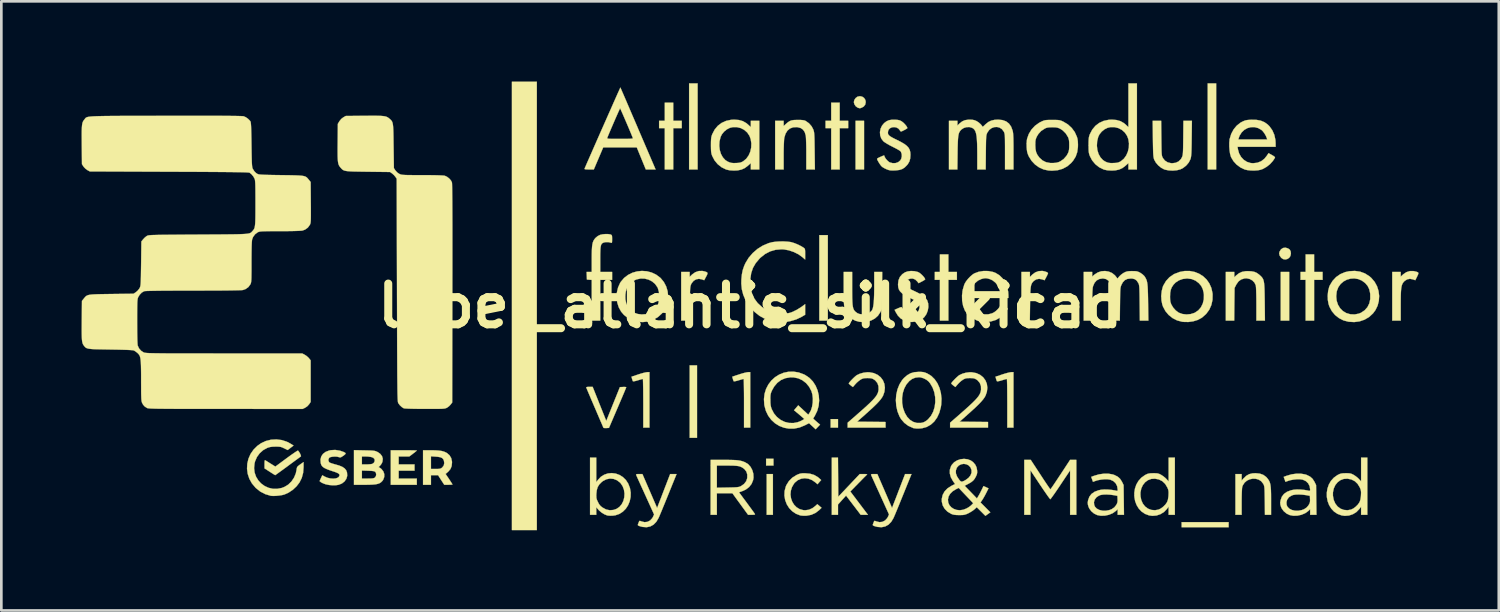
<source format=kicad_pcb>
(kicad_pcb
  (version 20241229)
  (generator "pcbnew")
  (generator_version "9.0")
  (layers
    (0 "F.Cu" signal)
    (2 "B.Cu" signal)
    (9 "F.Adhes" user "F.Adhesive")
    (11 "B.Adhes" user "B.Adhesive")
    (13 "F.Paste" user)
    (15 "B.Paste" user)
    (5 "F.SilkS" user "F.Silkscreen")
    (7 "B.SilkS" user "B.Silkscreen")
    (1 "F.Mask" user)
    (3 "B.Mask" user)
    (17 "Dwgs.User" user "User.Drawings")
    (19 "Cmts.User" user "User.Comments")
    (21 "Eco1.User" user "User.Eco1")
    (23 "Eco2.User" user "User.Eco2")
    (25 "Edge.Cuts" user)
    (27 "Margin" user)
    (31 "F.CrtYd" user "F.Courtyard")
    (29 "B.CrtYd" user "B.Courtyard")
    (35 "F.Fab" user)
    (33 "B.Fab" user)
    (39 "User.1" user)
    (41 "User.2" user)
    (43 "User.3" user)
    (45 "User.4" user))
  (footprint "label_atlantis_silk_kicad"
    (layer "F.Cu")
    (at 25.001 8.387)
    (property "Reference" "label_atlantis_silk_kicad" (at 0 0 0) (layer "F.SilkS") (effects (font (size 1.524 1.524) (thickness 0.3))))
    (attr through_hole)
    (fp_poly (pts (xy -7.98 8.382) (xy -8.911 8.382) (xy -8.911 -8.382) (xy -7.98 -8.382) (xy -7.98 8.382)) (stroke (width 0.01) (type solid)) (fill yes) (layer "F.SilkS"))
    (fp_poly (pts (xy -1.99 4.932) (xy -2.265 4.932) (xy -2.265 2.223) (xy -1.99 2.223) (xy -1.99 4.932)) (stroke (width 0.01) (type solid)) (fill yes) (layer "F.SilkS"))
    (fp_poly (pts (xy -1.968 -5.101) (xy -2.286 -5.101) (xy -2.286 -8.319) (xy -1.968 -8.319) (xy -1.968 -5.101)) (stroke (width 0.01) (type solid)) (fill yes) (layer "F.SilkS"))
    (fp_poly (pts (xy 0.847 7.811) (xy 0.614 7.811) (xy 0.614 6.287) (xy 0.847 6.287) (xy 0.847 7.811)) (stroke (width 0.01) (type solid)) (fill yes) (layer "F.SilkS"))
    (fp_poly (pts (xy 0.868 5.969) (xy 0.593 5.969) (xy 0.593 5.715) (xy 0.868 5.715) (xy 0.868 5.969)) (stroke (width 0.01) (type solid)) (fill yes) (layer "F.SilkS"))
    (fp_poly (pts (xy 2.9 0.55) (xy 2.582 0.55) (xy 2.582 -2.646) (xy 2.9 -2.646) (xy 2.9 0.55)) (stroke (width 0.01) (type solid)) (fill yes) (layer "F.SilkS"))
    (fp_poly (pts (xy 3.281 4.551) (xy 3.006 4.551) (xy 3.006 4.233) (xy 3.281 4.233) (xy 3.281 4.551)) (stroke (width 0.01) (type solid)) (fill yes) (layer "F.SilkS"))
    (fp_poly (pts (xy 4.255 -5.101) (xy 3.937 -5.101) (xy 3.937 -6.921) (xy 4.255 -6.921) (xy 4.255 -5.101)) (stroke (width 0.01) (type solid)) (fill yes) (layer "F.SilkS"))
    (fp_poly (pts (xy 17.42 -5.101) (xy 17.103 -5.101) (xy 17.103 -8.319) (xy 17.42 -8.319) (xy 17.42 -5.101)) (stroke (width 0.01) (type solid)) (fill yes) (layer "F.SilkS"))
    (fp_poly (pts (xy 17.886 8.276) (xy 16.129 8.276) (xy 16.129 8.086) (xy 17.886 8.086) (xy 17.886 8.276)) (stroke (width 0.01) (type solid)) (fill yes) (layer "F.SilkS"))
    (fp_poly (pts (xy 20.151 0.55) (xy 19.833 0.55) (xy 19.833 -1.27) (xy 20.151 -1.27) (xy 20.151 0.55)) (stroke (width 0.01) (type solid)) (fill yes) (layer "F.SilkS"))
    (fp_poly (pts (xy -2.879 -6.921) (xy -2.561 -6.921) (xy -2.561 -6.646) (xy -2.879 -6.646) (xy -2.879 -5.101) (xy -3.196 -5.101) (xy -3.196 -6.646) (xy -3.408 -6.646) (xy -3.408 -6.921) (xy -3.196 -6.921) (xy -3.196 -7.599) (xy -2.879 -7.599) (xy -2.879 -6.921)) (stroke (width 0.01) (type solid)) (fill yes) (layer "F.SilkS"))
    (fp_poly (pts (xy 3.344 -6.921) (xy 3.662 -6.921) (xy 3.662 -6.646) (xy 3.344 -6.646) (xy 3.344 -5.101) (xy 3.027 -5.101) (xy 3.027 -6.646) (xy 2.815 -6.646) (xy 2.815 -6.921) (xy 3.027 -6.921) (xy 3.027 -7.599) (xy 3.344 -7.599) (xy 3.344 -6.921)) (stroke (width 0.01) (type solid)) (fill yes) (layer "F.SilkS"))
    (fp_poly (pts (xy 7.408 -1.27) (xy 7.726 -1.27) (xy 7.726 -0.974) (xy 7.408 -0.974) (xy 7.408 0.55) (xy 7.091 0.55) (xy 7.091 -0.974) (xy 6.9 -0.974) (xy 6.9 -1.27) (xy 7.091 -1.27) (xy 7.091 -1.926) (xy 7.408 -1.926) (xy 7.408 -1.27)) (stroke (width 0.01) (type solid)) (fill yes) (layer "F.SilkS"))
    (fp_poly (pts (xy 21.082 -1.27) (xy 21.399 -1.27) (xy 21.399 -0.974) (xy 21.082 -0.974) (xy 21.082 0.55) (xy 20.765 0.55) (xy 20.765 -0.974) (xy 20.574 -0.974) (xy 20.574 -1.27) (xy 20.765 -1.27) (xy 20.765 -1.926) (xy 21.082 -1.926) (xy 21.082 -1.27)) (stroke (width 0.01) (type solid)) (fill yes) (layer "F.SilkS"))
    (fp_poly (pts (xy 20.104 -2.15) (xy 20.109 -2.148) (xy 20.173 -2.101) (xy 20.206 -2.035) (xy 20.214 -1.954) (xy 20.196 -1.866) (xy 20.148 -1.797) (xy 20.081 -1.753) (xy 20.003 -1.735) (xy 19.923 -1.75) (xy 19.854 -1.796) (xy 19.794 -1.879) (xy 19.775 -1.963) (xy 19.791 -2.033) (xy 19.845 -2.116) (xy 19.92 -2.165) (xy 20.009 -2.178) (xy 20.104 -2.15)) (stroke (width 0.01) (type solid)) (fill yes) (layer "F.SilkS"))
    (fp_poly (pts (xy 4.188 -7.822) (xy 4.258 -7.773) (xy 4.304 -7.7) (xy 4.318 -7.622) (xy 4.3 -7.528) (xy 4.245 -7.456) (xy 4.178 -7.417) (xy 4.123 -7.395) (xy 4.086 -7.391) (xy 4.043 -7.403) (xy 4.007 -7.418) (xy 3.942 -7.466) (xy 3.894 -7.538) (xy 3.874 -7.615) (xy 3.873 -7.62) (xy 3.892 -7.7) (xy 3.942 -7.773) (xy 4.011 -7.823) (xy 4.014 -7.824) (xy 4.104 -7.841) (xy 4.188 -7.822)) (stroke (width 0.01) (type solid)) (fill yes) (layer "F.SilkS"))
    (fp_poly (pts (xy -12.816 5.398) (xy -12.692 5.399) (xy -12.59 5.401) (xy -12.516 5.403) (xy -12.474 5.406) (xy -12.467 5.407) (xy -12.483 5.424) (xy -12.525 5.459) (xy -12.585 5.506) (xy -12.608 5.524) (xy -12.749 5.63) (xy -13.145 5.63) (xy -13.145 5.927) (xy -12.552 5.927) (xy -12.552 6.16) (xy -13.145 6.16) (xy -13.145 6.456) (xy -12.467 6.456) (xy -12.467 6.689) (xy -13.441 6.689) (xy -13.441 5.397) (xy -12.954 5.397) (xy -12.816 5.398)) (stroke (width 0.01) (type solid)) (fill yes) (layer "F.SilkS"))
    (fp_poly (pts (xy 3.291 7.135) (xy 4.094 6.287) (xy 4.243 6.287) (xy 4.313 6.289) (xy 4.359 6.294) (xy 4.372 6.302) (xy 4.371 6.303) (xy 4.35 6.322) (xy 4.305 6.367) (xy 4.239 6.432) (xy 4.159 6.514) (xy 4.068 6.607) (xy 4.046 6.629) (xy 3.742 6.939) (xy 4.071 7.375) (xy 4.4 7.811) (xy 4.13 7.811) (xy 3.582 7.092) (xy 3.431 7.259) (xy 3.281 7.426) (xy 3.281 7.811) (xy 3.048 7.811) (xy 3.048 5.673) (xy 3.28 5.673) (xy 3.291 7.135)) (stroke (width 0.01) (type solid)) (fill yes) (layer "F.SilkS"))
    (fp_poly (pts (xy -3.768 4.551) (xy -4 4.551) (xy -4 3.641) (xy -4.001 3.449) (xy -4.002 3.271) (xy -4.003 3.111) (xy -4.006 2.974) (xy -4.008 2.863) (xy -4.011 2.783) (xy -4.014 2.738) (xy -4.016 2.731) (xy -4.043 2.736) (xy -4.099 2.752) (xy -4.174 2.774) (xy -4.201 2.783) (xy -4.28 2.805) (xy -4.343 2.818) (xy -4.38 2.821) (xy -4.385 2.82) (xy -4.399 2.791) (xy -4.416 2.739) (xy -4.42 2.726) (xy -4.441 2.648) (xy -4.184 2.562) (xy -4.078 2.529) (xy -3.98 2.502) (xy -3.9 2.484) (xy -3.848 2.477) (xy -3.847 2.477) (xy -3.768 2.477) (xy -3.768 4.551)) (stroke (width 0.01) (type solid)) (fill yes) (layer "F.SilkS"))
    (fp_poly (pts (xy 0 4.551) (xy -0.233 4.551) (xy -0.233 3.641) (xy -0.233 3.449) (xy -0.234 3.271) (xy -0.236 3.111) (xy -0.238 2.974) (xy -0.24 2.863) (xy -0.243 2.783) (xy -0.247 2.738) (xy -0.249 2.731) (xy -0.275 2.736) (xy -0.331 2.752) (xy -0.407 2.774) (xy -0.434 2.783) (xy -0.513 2.805) (xy -0.576 2.818) (xy -0.612 2.821) (xy -0.617 2.82) (xy -0.631 2.791) (xy -0.649 2.739) (xy -0.652 2.726) (xy -0.673 2.648) (xy -0.416 2.562) (xy -0.311 2.529) (xy -0.212 2.502) (xy -0.132 2.484) (xy -0.08 2.477) (xy -0.079 2.477) (xy 0 2.477) (xy 0 4.551)) (stroke (width 0.01) (type solid)) (fill yes) (layer "F.SilkS"))
    (fp_poly (pts (xy 9.842 4.551) (xy 9.61 4.551) (xy 9.61 3.641) (xy 9.609 3.449) (xy 9.608 3.271) (xy 9.607 3.111) (xy 9.605 2.974) (xy 9.602 2.863) (xy 9.599 2.783) (xy 9.596 2.738) (xy 9.594 2.731) (xy 9.567 2.736) (xy 9.511 2.752) (xy 9.436 2.774) (xy 9.409 2.783) (xy 9.33 2.805) (xy 9.267 2.818) (xy 9.23 2.821) (xy 9.226 2.82) (xy 9.211 2.791) (xy 9.194 2.739) (xy 9.19 2.726) (xy 9.169 2.648) (xy 9.426 2.562) (xy 9.532 2.529) (xy 9.63 2.502) (xy 9.711 2.484) (xy 9.762 2.477) (xy 9.763 2.477) (xy 9.842 2.477) (xy 9.842 4.551)) (stroke (width 0.01) (type solid)) (fill yes) (layer "F.SilkS"))
    (fp_poly (pts (xy 24.842 -1.293) (xy 24.924 -1.272) (xy 24.969 -1.251) (xy 24.982 -1.22) (xy 24.967 -1.17) (xy 24.933 -1.097) (xy 24.865 -0.96) (xy 24.778 -0.991) (xy 24.665 -1.013) (xy 24.562 -0.993) (xy 24.468 -0.933) (xy 24.446 -0.911) (xy 24.412 -0.872) (xy 24.385 -0.828) (xy 24.364 -0.776) (xy 24.348 -0.71) (xy 24.336 -0.625) (xy 24.328 -0.517) (xy 24.323 -0.381) (xy 24.321 -0.211) (xy 24.32 -0.018) (xy 24.32 0.55) (xy 24.003 0.55) (xy 24.003 -1.27) (xy 24.32 -1.27) (xy 24.32 -1.095) (xy 24.413 -1.18) (xy 24.529 -1.26) (xy 24.659 -1.301) (xy 24.796 -1.302) (xy 24.842 -1.293)) (stroke (width 0.01) (type solid)) (fill yes) (layer "F.SilkS"))
    (fp_poly (pts (xy -1.714 -1.291) (xy -1.644 -1.269) (xy -1.606 -1.246) (xy -1.598 -1.213) (xy -1.616 -1.16) (xy -1.65 -1.095) (xy -1.722 -0.96) (xy -1.808 -0.992) (xy -1.921 -1.012) (xy -2.026 -0.992) (xy -2.118 -0.936) (xy -2.191 -0.846) (xy -2.215 -0.799) (xy -2.226 -0.769) (xy -2.235 -0.733) (xy -2.242 -0.686) (xy -2.248 -0.624) (xy -2.252 -0.54) (xy -2.255 -0.431) (xy -2.258 -0.29) (xy -2.26 -0.113) (xy -2.261 -0.079) (xy -2.268 0.55) (xy -2.582 0.55) (xy -2.582 -1.27) (xy -2.265 -1.27) (xy -2.265 -1.087) (xy -2.173 -1.175) (xy -2.057 -1.258) (xy -1.929 -1.303) (xy -1.792 -1.307) (xy -1.714 -1.291)) (stroke (width 0.01) (type solid)) (fill yes) (layer "F.SilkS"))
    (fp_poly (pts (xy 10.944 -1.304) (xy 11.024 -1.286) (xy 11.088 -1.262) (xy 11.127 -1.236) (xy 11.134 -1.222) (xy 11.124 -1.194) (xy 11.1 -1.141) (xy 11.069 -1.08) (xy 11.004 -0.959) (xy 10.915 -0.991) (xy 10.801 -1.012) (xy 10.696 -0.993) (xy 10.603 -0.934) (xy 10.592 -0.923) (xy 10.56 -0.888) (xy 10.534 -0.852) (xy 10.513 -0.809) (xy 10.497 -0.755) (xy 10.485 -0.684) (xy 10.477 -0.592) (xy 10.471 -0.474) (xy 10.466 -0.325) (xy 10.463 -0.141) (xy 10.462 -0.069) (xy 10.453 0.55) (xy 10.139 0.55) (xy 10.139 -1.27) (xy 10.456 -1.27) (xy 10.456 -1.081) (xy 10.548 -1.172) (xy 10.657 -1.253) (xy 10.782 -1.299) (xy 10.914 -1.308) (xy 10.944 -1.304)) (stroke (width 0.01) (type solid)) (fill yes) (layer "F.SilkS"))
    (fp_poly (pts (xy -5.638 3.664) (xy -5.383 4.301) (xy -5.129 3.669) (xy -4.874 3.037) (xy -4.755 3.031) (xy -4.691 3.03) (xy -4.648 3.035) (xy -4.636 3.042) (xy -4.645 3.064) (xy -4.668 3.121) (xy -4.704 3.209) (xy -4.752 3.322) (xy -4.809 3.457) (xy -4.874 3.609) (xy -4.945 3.775) (xy -4.96 3.81) (xy -5.282 4.561) (xy -5.38 4.568) (xy -5.44 4.568) (xy -5.481 4.562) (xy -5.489 4.557) (xy -5.498 4.536) (xy -5.522 4.481) (xy -5.558 4.397) (xy -5.604 4.29) (xy -5.658 4.165) (xy -5.717 4.026) (xy -5.78 3.88) (xy -5.844 3.731) (xy -5.907 3.584) (xy -5.966 3.445) (xy -6.02 3.318) (xy -6.066 3.21) (xy -6.102 3.124) (xy -6.126 3.067) (xy -6.132 3.053) (xy -6.126 3.038) (xy -6.088 3.029) (xy -6.018 3.027) (xy -5.892 3.027) (xy -5.638 3.664)) (stroke (width 0.01) (type solid)) (fill yes) (layer "F.SilkS"))
    (fp_poly (pts (xy 12.192 7.811) (xy 11.959 7.811) (xy 11.959 6.149) (xy 11.599 6.689) (xy 11.509 6.823) (xy 11.426 6.945) (xy 11.353 7.05) (xy 11.292 7.135) (xy 11.248 7.195) (xy 11.223 7.225) (xy 11.218 7.228) (xy 11.202 7.211) (xy 11.165 7.163) (xy 11.111 7.089) (xy 11.043 6.991) (xy 10.963 6.876) (xy 10.876 6.746) (xy 10.837 6.689) (xy 10.478 6.149) (xy 10.478 6.98) (xy 10.477 7.811) (xy 10.245 7.811) (xy 10.245 5.757) (xy 10.488 5.758) (xy 10.848 6.308) (xy 10.937 6.444) (xy 11.019 6.567) (xy 11.091 6.674) (xy 11.15 6.761) (xy 11.193 6.822) (xy 11.217 6.854) (xy 11.221 6.858) (xy 11.236 6.841) (xy 11.271 6.793) (xy 11.323 6.718) (xy 11.389 6.62) (xy 11.467 6.503) (xy 11.553 6.373) (xy 11.597 6.308) (xy 11.958 5.757) (xy 12.192 5.757) (xy 12.192 7.811)) (stroke (width 0.01) (type solid)) (fill yes) (layer "F.SilkS"))
    (fp_poly (pts (xy -16.884 5.437) (xy -16.853 5.485) (xy -16.823 5.541) (xy -16.803 5.591) (xy -16.797 5.623) (xy -16.8 5.627) (xy -16.822 5.643) (xy -16.873 5.68) (xy -16.949 5.736) (xy -17.046 5.807) (xy -17.158 5.889) (xy -17.281 5.98) (xy -17.287 5.985) (xy -17.41 6.075) (xy -17.521 6.156) (xy -17.616 6.225) (xy -17.691 6.279) (xy -17.741 6.315) (xy -17.761 6.328) (xy -17.762 6.328) (xy -17.781 6.317) (xy -17.829 6.288) (xy -17.897 6.245) (xy -17.965 6.201) (xy -18.161 6.075) (xy -18.161 5.915) (xy -18.159 5.832) (xy -18.154 5.785) (xy -18.143 5.769) (xy -18.135 5.771) (xy -18.106 5.789) (xy -18.051 5.823) (xy -17.978 5.869) (xy -17.932 5.898) (xy -17.756 6.008) (xy -17.343 5.703) (xy -17.227 5.618) (xy -17.123 5.544) (xy -17.034 5.483) (xy -16.965 5.438) (xy -16.923 5.413) (xy -16.91 5.409) (xy -16.884 5.437)) (stroke (width 0.01) (type solid)) (fill yes) (layer "F.SilkS"))
    (fp_poly (pts (xy 18.734 -1.294) (xy 18.844 -1.274) (xy 18.936 -1.235) (xy 19.023 -1.173) (xy 19.046 -1.153) (xy 19.092 -1.111) (xy 19.129 -1.072) (xy 19.158 -1.03) (xy 19.182 -0.982) (xy 19.199 -0.922) (xy 19.212 -0.846) (xy 19.221 -0.75) (xy 19.227 -0.628) (xy 19.231 -0.476) (xy 19.234 -0.289) (xy 19.236 -0.153) (xy 19.243 0.55) (xy 18.923 0.55) (xy 18.923 -0.069) (xy 18.922 -0.265) (xy 18.919 -0.435) (xy 18.915 -0.575) (xy 18.91 -0.682) (xy 18.903 -0.751) (xy 18.9 -0.772) (xy 18.851 -0.871) (xy 18.772 -0.952) (xy 18.672 -1.007) (xy 18.56 -1.031) (xy 18.481 -1.027) (xy 18.357 -0.989) (xy 18.258 -0.918) (xy 18.181 -0.811) (xy 18.172 -0.795) (xy 18.108 -0.67) (xy 18.101 -0.06) (xy 18.095 0.55) (xy 17.78 0.55) (xy 17.78 -1.27) (xy 18.098 -1.27) (xy 18.098 -1.071) (xy 18.166 -1.137) (xy 18.273 -1.221) (xy 18.386 -1.273) (xy 18.518 -1.297) (xy 18.595 -1.3) (xy 18.734 -1.294)) (stroke (width 0.01) (type solid)) (fill yes) (layer "F.SilkS"))
    (fp_poly (pts (xy -5.317 -2.685) (xy -5.234 -2.673) (xy -5.219 -2.668) (xy -5.191 -2.654) (xy -5.174 -2.633) (xy -5.167 -2.594) (xy -5.165 -2.527) (xy -5.165 -2.496) (xy -5.166 -2.418) (xy -5.17 -2.374) (xy -5.18 -2.357) (xy -5.198 -2.359) (xy -5.202 -2.36) (xy -5.301 -2.384) (xy -5.408 -2.384) (xy -5.471 -2.371) (xy -5.512 -2.354) (xy -5.544 -2.332) (xy -5.568 -2.299) (xy -5.585 -2.25) (xy -5.597 -2.18) (xy -5.604 -2.085) (xy -5.608 -1.959) (xy -5.609 -1.796) (xy -5.609 -1.736) (xy -5.609 -1.27) (xy -5.165 -1.27) (xy -5.165 -0.974) (xy -5.609 -0.974) (xy -5.609 0.55) (xy -5.927 0.55) (xy -5.927 -0.971) (xy -6.017 -0.978) (xy -6.107 -0.984) (xy -6.119 -1.27) (xy -5.927 -1.27) (xy -5.927 -1.753) (xy -5.926 -1.94) (xy -5.922 -2.09) (xy -5.915 -2.209) (xy -5.902 -2.303) (xy -5.885 -2.377) (xy -5.86 -2.438) (xy -5.828 -2.49) (xy -5.787 -2.54) (xy -5.705 -2.609) (xy -5.615 -2.655) (xy -5.524 -2.676) (xy -5.42 -2.686) (xy -5.317 -2.685)) (stroke (width 0.01) (type solid)) (fill yes) (layer "F.SilkS"))
    (fp_poly (pts (xy 19.048 6.27) (xy 19.178 6.315) (xy 19.285 6.392) (xy 19.34 6.454) (xy 19.379 6.507) (xy 19.409 6.56) (xy 19.432 6.62) (xy 19.449 6.691) (xy 19.46 6.78) (xy 19.468 6.891) (xy 19.472 7.032) (xy 19.473 7.206) (xy 19.473 7.285) (xy 19.473 7.811) (xy 19.243 7.811) (xy 19.237 7.276) (xy 19.234 7.112) (xy 19.232 6.984) (xy 19.229 6.887) (xy 19.225 6.815) (xy 19.219 6.763) (xy 19.211 6.724) (xy 19.2 6.693) (xy 19.186 6.664) (xy 19.177 6.648) (xy 19.104 6.556) (xy 19.01 6.495) (xy 18.902 6.464) (xy 18.788 6.46) (xy 18.675 6.484) (xy 18.571 6.533) (xy 18.483 6.608) (xy 18.418 6.706) (xy 18.395 6.767) (xy 18.388 6.813) (xy 18.383 6.893) (xy 18.378 7.002) (xy 18.375 7.133) (xy 18.373 7.278) (xy 18.373 7.329) (xy 18.373 7.811) (xy 18.14 7.811) (xy 18.14 6.287) (xy 18.373 6.287) (xy 18.373 6.53) (xy 18.452 6.441) (xy 18.549 6.35) (xy 18.654 6.291) (xy 18.776 6.261) (xy 18.891 6.255) (xy 19.048 6.27)) (stroke (width 0.01) (type solid)) (fill yes) (layer "F.SilkS"))
    (fp_poly (pts (xy 3.81 -0.66) (xy 3.811 -0.456) (xy 3.813 -0.29) (xy 3.818 -0.156) (xy 3.825 -0.051) (xy 3.837 0.031) (xy 3.852 0.093) (xy 3.873 0.142) (xy 3.899 0.182) (xy 3.931 0.216) (xy 4.007 0.273) (xy 4.093 0.305) (xy 4.203 0.317) (xy 4.229 0.317) (xy 4.354 0.3) (xy 4.46 0.254) (xy 4.539 0.181) (xy 4.556 0.156) (xy 4.579 0.1) (xy 4.598 0.018) (xy 4.613 -0.091) (xy 4.624 -0.231) (xy 4.631 -0.406) (xy 4.635 -0.619) (xy 4.635 -0.767) (xy 4.636 -1.27) (xy 4.934 -1.27) (xy 4.921 0.116) (xy 4.861 0.239) (xy 4.775 0.368) (xy 4.659 0.471) (xy 4.519 0.546) (xy 4.359 0.591) (xy 4.185 0.603) (xy 4.074 0.593) (xy 3.934 0.555) (xy 3.8 0.487) (xy 3.684 0.395) (xy 3.597 0.288) (xy 3.578 0.255) (xy 3.554 0.203) (xy 3.535 0.145) (xy 3.521 0.077) (xy 3.51 -0.007) (xy 3.502 -0.11) (xy 3.496 -0.24) (xy 3.494 -0.4) (xy 3.493 -0.596) (xy 3.493 -0.657) (xy 3.493 -1.27) (xy 3.81 -1.27) (xy 3.81 -0.66)) (stroke (width 0.01) (type solid)) (fill yes) (layer "F.SilkS"))
    (fp_poly (pts (xy -11.78 5.4) (xy -11.644 5.409) (xy -11.535 5.425) (xy -11.446 5.45) (xy -11.369 5.485) (xy -11.345 5.499) (xy -11.245 5.584) (xy -11.181 5.69) (xy -11.152 5.819) (xy -11.151 5.859) (xy -11.165 5.992) (xy -11.21 6.101) (xy -11.289 6.195) (xy -11.304 6.208) (xy -11.391 6.283) (xy -11.262 6.474) (xy -11.21 6.553) (xy -11.168 6.618) (xy -11.141 6.662) (xy -11.134 6.677) (xy -11.153 6.683) (xy -11.204 6.687) (xy -11.277 6.688) (xy -11.287 6.688) (xy -11.441 6.688) (xy -11.557 6.509) (xy -11.673 6.329) (xy -11.806 6.329) (xy -11.938 6.329) (xy -11.938 6.689) (xy -12.234 6.689) (xy -12.234 6.096) (xy -11.938 6.096) (xy -11.76 6.096) (xy -11.669 6.095) (xy -11.609 6.089) (xy -11.567 6.076) (xy -11.532 6.054) (xy -11.519 6.043) (xy -11.46 5.969) (xy -11.441 5.879) (xy -11.453 5.791) (xy -11.479 5.73) (xy -11.522 5.687) (xy -11.588 5.658) (xy -11.685 5.642) (xy -11.758 5.636) (xy -11.938 5.624) (xy -11.938 6.096) (xy -12.234 6.096) (xy -12.234 5.397) (xy -11.951 5.397) (xy -11.78 5.4)) (stroke (width 0.01) (type solid)) (fill yes) (layer "F.SilkS"))
    (fp_poly (pts (xy -3.061 7.043) (xy -3.132 7.218) (xy -3.2 7.385) (xy -3.264 7.54) (xy -3.32 7.677) (xy -3.368 7.791) (xy -3.404 7.876) (xy -3.427 7.928) (xy -3.428 7.93) (xy -3.513 8.074) (xy -3.616 8.179) (xy -3.736 8.246) (xy -3.873 8.275) (xy -4.026 8.264) (xy -4.113 8.242) (xy -4.175 8.22) (xy -4.201 8.2) (xy -4.202 8.176) (xy -4.201 8.174) (xy -4.183 8.127) (xy -4.166 8.082) (xy -4.151 8.047) (xy -4.131 8.036) (xy -4.093 8.048) (xy -4.068 8.058) (xy -3.953 8.086) (xy -3.844 8.074) (xy -3.746 8.024) (xy -3.667 7.94) (xy -3.631 7.877) (xy -3.596 7.798) (xy -3.927 7.069) (xy -4.002 6.904) (xy -4.072 6.751) (xy -4.134 6.614) (xy -4.187 6.497) (xy -4.228 6.406) (xy -4.256 6.343) (xy -4.269 6.314) (xy -4.27 6.313) (xy -4.263 6.297) (xy -4.225 6.289) (xy -4.156 6.287) (xy -4.032 6.287) (xy -3.483 7.555) (xy -3.408 7.36) (xy -3.377 7.28) (xy -3.334 7.17) (xy -3.284 7.039) (xy -3.23 6.897) (xy -3.175 6.754) (xy -3.164 6.726) (xy -2.995 6.287) (xy -2.755 6.287) (xy -3.061 7.043)) (stroke (width 0.01) (type solid)) (fill yes) (layer "F.SilkS"))
    (fp_poly (pts (xy 5.723 7.043) (xy 5.652 7.218) (xy 5.584 7.385) (xy 5.521 7.54) (xy 5.464 7.677) (xy 5.417 7.791) (xy 5.38 7.876) (xy 5.358 7.928) (xy 5.357 7.93) (xy 5.271 8.074) (xy 5.168 8.179) (xy 5.048 8.246) (xy 4.911 8.275) (xy 4.758 8.264) (xy 4.671 8.242) (xy 4.61 8.22) (xy 4.583 8.2) (xy 4.582 8.176) (xy 4.583 8.174) (xy 4.601 8.127) (xy 4.618 8.082) (xy 4.633 8.047) (xy 4.653 8.036) (xy 4.691 8.048) (xy 4.716 8.058) (xy 4.831 8.086) (xy 4.94 8.074) (xy 5.038 8.024) (xy 5.117 7.94) (xy 5.153 7.877) (xy 5.188 7.798) (xy 4.857 7.069) (xy 4.782 6.904) (xy 4.712 6.751) (xy 4.65 6.614) (xy 4.597 6.497) (xy 4.556 6.406) (xy 4.528 6.343) (xy 4.515 6.314) (xy 4.515 6.313) (xy 4.521 6.297) (xy 4.559 6.289) (xy 4.628 6.287) (xy 4.752 6.287) (xy 5.027 6.921) (xy 5.301 7.555) (xy 5.376 7.36) (xy 5.407 7.28) (xy 5.45 7.17) (xy 5.5 7.039) (xy 5.554 6.897) (xy 5.61 6.754) (xy 5.62 6.726) (xy 5.789 6.287) (xy 6.029 6.287) (xy 5.723 7.043)) (stroke (width 0.01) (type solid)) (fill yes) (layer "F.SilkS"))
    (fp_poly (pts (xy 1.89 -6.952) (xy 1.969 -6.945) (xy 2.027 -6.934) (xy 2.073 -6.915) (xy 2.074 -6.914) (xy 2.194 -6.829) (xy 2.293 -6.717) (xy 2.353 -6.605) (xy 2.366 -6.57) (xy 2.376 -6.535) (xy 2.385 -6.494) (xy 2.391 -6.442) (xy 2.396 -6.373) (xy 2.4 -6.284) (xy 2.403 -6.169) (xy 2.405 -6.023) (xy 2.408 -5.84) (xy 2.408 -5.794) (xy 2.417 -5.101) (xy 2.095 -5.101) (xy 2.095 -5.68) (xy 2.095 -5.839) (xy 2.093 -5.99) (xy 2.089 -6.126) (xy 2.085 -6.241) (xy 2.08 -6.326) (xy 2.074 -6.374) (xy 2.035 -6.5) (xy 1.971 -6.592) (xy 1.881 -6.652) (xy 1.761 -6.682) (xy 1.737 -6.684) (xy 1.6 -6.676) (xy 1.484 -6.632) (xy 1.39 -6.552) (xy 1.32 -6.439) (xy 1.275 -6.294) (xy 1.272 -6.278) (xy 1.265 -6.219) (xy 1.26 -6.126) (xy 1.255 -6.006) (xy 1.251 -5.867) (xy 1.249 -5.716) (xy 1.249 -5.623) (xy 1.249 -5.101) (xy 0.931 -5.101) (xy 0.931 -6.921) (xy 1.249 -6.921) (xy 1.249 -6.726) (xy 1.332 -6.801) (xy 1.408 -6.866) (xy 1.475 -6.909) (xy 1.544 -6.936) (xy 1.628 -6.949) (xy 1.739 -6.953) (xy 1.778 -6.953) (xy 1.89 -6.952)) (stroke (width 0.01) (type solid)) (fill yes) (layer "F.SilkS"))
    (fp_poly (pts (xy 2.053 6.258) (xy 2.234 6.274) (xy 2.388 6.32) (xy 2.522 6.398) (xy 2.563 6.431) (xy 2.652 6.511) (xy 2.583 6.589) (xy 2.514 6.668) (xy 2.442 6.604) (xy 2.313 6.514) (xy 2.176 6.461) (xy 2.037 6.443) (xy 1.902 6.462) (xy 1.778 6.516) (xy 1.669 6.606) (xy 1.637 6.644) (xy 1.56 6.775) (xy 1.517 6.913) (xy 1.505 7.054) (xy 1.524 7.192) (xy 1.569 7.321) (xy 1.639 7.435) (xy 1.732 7.529) (xy 1.845 7.598) (xy 1.976 7.635) (xy 2.052 7.641) (xy 2.196 7.621) (xy 2.328 7.561) (xy 2.426 7.487) (xy 2.508 7.413) (xy 2.587 7.481) (xy 2.666 7.549) (xy 2.576 7.636) (xy 2.441 7.74) (xy 2.284 7.81) (xy 2.114 7.843) (xy 2.086 7.845) (xy 2 7.846) (xy 1.921 7.841) (xy 1.871 7.834) (xy 1.709 7.772) (xy 1.569 7.677) (xy 1.453 7.557) (xy 1.364 7.415) (xy 1.305 7.258) (xy 1.277 7.092) (xy 1.284 6.922) (xy 1.329 6.753) (xy 1.351 6.701) (xy 1.446 6.549) (xy 1.573 6.422) (xy 1.728 6.325) (xy 1.736 6.321) (xy 1.812 6.288) (xy 1.877 6.268) (xy 1.947 6.259) (xy 2.039 6.258) (xy 2.053 6.258)) (stroke (width 0.01) (type solid)) (fill yes) (layer "F.SilkS"))
    (fp_poly (pts (xy 4.455 2.482) (xy 4.62 2.513) (xy 4.761 2.577) (xy 4.876 2.668) (xy 4.961 2.782) (xy 5.015 2.914) (xy 5.034 3.06) (xy 5.016 3.214) (xy 4.968 3.351) (xy 4.93 3.42) (xy 4.875 3.497) (xy 4.8 3.585) (xy 4.701 3.688) (xy 4.576 3.809) (xy 4.421 3.95) (xy 4.323 4.038) (xy 3.995 4.329) (xy 4.527 4.334) (xy 5.059 4.34) (xy 5.059 4.551) (xy 3.641 4.551) (xy 3.641 4.368) (xy 4.038 4.021) (xy 4.215 3.865) (xy 4.362 3.732) (xy 4.482 3.619) (xy 4.578 3.523) (xy 4.652 3.441) (xy 4.708 3.369) (xy 4.747 3.304) (xy 4.774 3.243) (xy 4.79 3.182) (xy 4.798 3.127) (xy 4.793 2.995) (xy 4.751 2.881) (xy 4.673 2.788) (xy 4.634 2.758) (xy 4.58 2.727) (xy 4.53 2.709) (xy 4.467 2.701) (xy 4.383 2.699) (xy 4.292 2.701) (xy 4.226 2.711) (xy 4.17 2.732) (xy 4.125 2.757) (xy 4.057 2.805) (xy 3.982 2.871) (xy 3.932 2.924) (xy 3.837 3.034) (xy 3.76 2.975) (xy 3.714 2.936) (xy 3.686 2.907) (xy 3.683 2.899) (xy 3.698 2.872) (xy 3.736 2.824) (xy 3.79 2.766) (xy 3.851 2.704) (xy 3.912 2.647) (xy 3.965 2.603) (xy 3.984 2.59) (xy 4.1 2.535) (xy 4.237 2.497) (xy 4.379 2.48) (xy 4.455 2.482)) (stroke (width 0.01) (type solid)) (fill yes) (layer "F.SilkS"))
    (fp_poly (pts (xy 8.286 2.482) (xy 8.451 2.513) (xy 8.592 2.577) (xy 8.707 2.668) (xy 8.792 2.782) (xy 8.846 2.914) (xy 8.865 3.06) (xy 8.847 3.214) (xy 8.799 3.351) (xy 8.761 3.42) (xy 8.706 3.497) (xy 8.631 3.585) (xy 8.532 3.688) (xy 8.407 3.809) (xy 8.252 3.95) (xy 8.154 4.038) (xy 7.827 4.329) (xy 8.358 4.334) (xy 8.89 4.34) (xy 8.89 4.551) (xy 7.472 4.551) (xy 7.472 4.368) (xy 7.869 4.021) (xy 8.046 3.865) (xy 8.193 3.732) (xy 8.313 3.619) (xy 8.409 3.523) (xy 8.483 3.441) (xy 8.539 3.369) (xy 8.578 3.304) (xy 8.605 3.243) (xy 8.621 3.182) (xy 8.629 3.127) (xy 8.625 2.995) (xy 8.582 2.881) (xy 8.504 2.788) (xy 8.465 2.758) (xy 8.411 2.727) (xy 8.361 2.709) (xy 8.298 2.701) (xy 8.214 2.699) (xy 8.123 2.701) (xy 8.057 2.711) (xy 8.001 2.732) (xy 7.956 2.757) (xy 7.888 2.805) (xy 7.813 2.871) (xy 7.763 2.924) (xy 7.668 3.034) (xy 7.591 2.975) (xy 7.545 2.936) (xy 7.518 2.907) (xy 7.514 2.899) (xy 7.529 2.872) (xy 7.567 2.824) (xy 7.621 2.766) (xy 7.682 2.704) (xy 7.744 2.647) (xy 7.796 2.603) (xy 7.815 2.59) (xy 7.931 2.535) (xy 8.068 2.497) (xy 8.21 2.48) (xy 8.286 2.482)) (stroke (width 0.01) (type solid)) (fill yes) (layer "F.SilkS"))
    (fp_poly (pts (xy 15.371 -6.271) (xy 15.373 -6.088) (xy 15.375 -5.942) (xy 15.377 -5.828) (xy 15.38 -5.742) (xy 15.384 -5.678) (xy 15.39 -5.631) (xy 15.398 -5.595) (xy 15.409 -5.567) (xy 15.422 -5.541) (xy 15.431 -5.524) (xy 15.506 -5.431) (xy 15.608 -5.367) (xy 15.732 -5.336) (xy 15.78 -5.334) (xy 15.911 -5.352) (xy 16.019 -5.404) (xy 16.102 -5.489) (xy 16.129 -5.535) (xy 16.144 -5.566) (xy 16.156 -5.596) (xy 16.165 -5.629) (xy 16.172 -5.671) (xy 16.177 -5.727) (xy 16.181 -5.803) (xy 16.184 -5.903) (xy 16.186 -6.034) (xy 16.188 -6.198) (xy 16.189 -6.281) (xy 16.195 -6.921) (xy 16.513 -6.921) (xy 16.505 -6.26) (xy 16.503 -6.071) (xy 16.5 -5.919) (xy 16.497 -5.798) (xy 16.493 -5.705) (xy 16.487 -5.633) (xy 16.48 -5.578) (xy 16.472 -5.533) (xy 16.461 -5.495) (xy 16.457 -5.482) (xy 16.394 -5.359) (xy 16.299 -5.247) (xy 16.183 -5.156) (xy 16.08 -5.104) (xy 15.948 -5.071) (xy 15.797 -5.058) (xy 15.644 -5.066) (xy 15.506 -5.094) (xy 15.474 -5.105) (xy 15.361 -5.166) (xy 15.254 -5.254) (xy 15.165 -5.358) (xy 15.104 -5.466) (xy 15.102 -5.472) (xy 15.091 -5.506) (xy 15.082 -5.545) (xy 15.075 -5.594) (xy 15.069 -5.658) (xy 15.064 -5.743) (xy 15.061 -5.853) (xy 15.058 -5.992) (xy 15.055 -6.168) (xy 15.054 -6.249) (xy 15.046 -6.921) (xy 15.364 -6.921) (xy 15.371 -6.271)) (stroke (width 0.01) (type solid)) (fill yes) (layer "F.SilkS"))
    (fp_poly (pts (xy -0.979 5.758) (xy -0.8 5.758) (xy -0.656 5.761) (xy -0.541 5.766) (xy -0.449 5.775) (xy -0.371 5.788) (xy -0.303 5.806) (xy -0.236 5.829) (xy -0.188 5.85) (xy -0.077 5.919) (xy 0.013 6.02) (xy 0.078 6.142) (xy 0.116 6.278) (xy 0.122 6.42) (xy 0.108 6.511) (xy 0.051 6.652) (xy -0.041 6.771) (xy -0.165 6.866) (xy -0.314 6.933) (xy -0.421 6.968) (xy -0.278 7.162) (xy -0.154 7.329) (xy -0.053 7.466) (xy 0.026 7.574) (xy 0.087 7.657) (xy 0.13 7.717) (xy 0.159 7.757) (xy 0.174 7.78) (xy 0.177 7.784) (xy 0.176 7.799) (xy 0.145 7.807) (xy 0.08 7.81) (xy 0.056 7.811) (xy -0.081 7.811) (xy -0.667 7.006) (xy -0.958 7.006) (xy -1.249 7.006) (xy -1.249 7.811) (xy -1.482 7.811) (xy -1.482 6.798) (xy -1.249 6.798) (xy -0.841 6.791) (xy -0.698 6.788) (xy -0.59 6.785) (xy -0.51 6.78) (xy -0.453 6.773) (xy -0.41 6.764) (xy -0.375 6.751) (xy -0.347 6.738) (xy -0.231 6.656) (xy -0.153 6.556) (xy -0.113 6.438) (xy -0.112 6.304) (xy -0.112 6.303) (xy -0.145 6.197) (xy -0.213 6.108) (xy -0.275 6.059) (xy -0.325 6.029) (xy -0.379 6.006) (xy -0.444 5.989) (xy -0.527 5.979) (xy -0.633 5.972) (xy -0.771 5.97) (xy -0.873 5.969) (xy -1.249 5.969) (xy -1.249 6.798) (xy -1.482 6.798) (xy -1.482 5.757) (xy -0.979 5.758)) (stroke (width 0.01) (type solid)) (fill yes) (layer "F.SilkS"))
    (fp_poly (pts (xy -5.757 6.591) (xy -5.693 6.504) (xy -5.586 6.39) (xy -5.46 6.311) (xy -5.322 6.264) (xy -5.178 6.251) (xy -5.032 6.269) (xy -4.892 6.319) (xy -4.763 6.399) (xy -4.65 6.509) (xy -4.562 6.645) (xy -4.498 6.81) (xy -4.469 6.979) (xy -4.473 7.145) (xy -4.507 7.306) (xy -4.568 7.454) (xy -4.654 7.585) (xy -4.764 7.695) (xy -4.893 7.778) (xy -5.041 7.829) (xy -5.14 7.843) (xy -5.225 7.845) (xy -5.302 7.841) (xy -5.348 7.834) (xy -5.454 7.792) (xy -5.563 7.724) (xy -5.659 7.641) (xy -5.681 7.616) (xy -5.757 7.528) (xy -5.757 7.811) (xy -5.99 7.811) (xy -5.99 7.112) (xy -5.756 7.112) (xy -5.752 7.178) (xy -5.739 7.234) (xy -5.713 7.296) (xy -5.708 7.306) (xy -5.667 7.388) (xy -5.63 7.444) (xy -5.587 7.489) (xy -5.527 7.537) (xy -5.524 7.539) (xy -5.395 7.609) (xy -5.258 7.64) (xy -5.116 7.629) (xy -5.002 7.59) (xy -4.892 7.516) (xy -4.806 7.415) (xy -4.745 7.293) (xy -4.71 7.157) (xy -4.702 7.016) (xy -4.722 6.875) (xy -4.771 6.743) (xy -4.849 6.627) (xy -4.87 6.606) (xy -4.985 6.518) (xy -5.113 6.468) (xy -5.247 6.456) (xy -5.38 6.483) (xy -5.507 6.549) (xy -5.558 6.589) (xy -5.646 6.679) (xy -5.704 6.775) (xy -5.738 6.888) (xy -5.753 7.02) (xy -5.756 7.112) (xy -5.99 7.112) (xy -5.99 5.673) (xy -5.757 5.673) (xy -5.757 6.591)) (stroke (width 0.01) (type solid)) (fill yes) (layer "F.SilkS"))
    (fp_poly (pts (xy 22.801 -1.281) (xy 22.983 -1.214) (xy 23.149 -1.108) (xy 23.221 -1.045) (xy 23.345 -0.899) (xy 23.435 -0.735) (xy 23.491 -0.557) (xy 23.514 -0.372) (xy 23.502 -0.187) (xy 23.456 -0.008) (xy 23.374 0.16) (xy 23.284 0.281) (xy 23.137 0.416) (xy 22.968 0.515) (xy 22.781 0.579) (xy 22.579 0.605) (xy 22.367 0.592) (xy 22.366 0.591) (xy 22.18 0.543) (xy 22.012 0.457) (xy 21.865 0.341) (xy 21.744 0.196) (xy 21.655 0.029) (xy 21.621 -0.072) (xy 21.594 -0.227) (xy 21.591 -0.359) (xy 21.909 -0.359) (xy 21.925 -0.194) (xy 21.974 -0.045) (xy 22.052 0.085) (xy 22.157 0.191) (xy 22.285 0.268) (xy 22.434 0.312) (xy 22.441 0.313) (xy 22.602 0.319) (xy 22.754 0.289) (xy 22.836 0.256) (xy 22.972 0.164) (xy 23.076 0.047) (xy 23.146 -0.094) (xy 23.181 -0.256) (xy 23.18 -0.438) (xy 23.175 -0.482) (xy 23.142 -0.625) (xy 23.085 -0.743) (xy 22.997 -0.848) (xy 22.994 -0.851) (xy 22.869 -0.945) (xy 22.732 -1.003) (xy 22.589 -1.027) (xy 22.446 -1.019) (xy 22.308 -0.981) (xy 22.181 -0.913) (xy 22.073 -0.819) (xy 21.988 -0.7) (xy 21.933 -0.558) (xy 21.927 -0.533) (xy 21.909 -0.359) (xy 21.591 -0.359) (xy 21.59 -0.395) (xy 21.607 -0.56) (xy 21.645 -0.709) (xy 21.668 -0.764) (xy 21.771 -0.935) (xy 21.903 -1.077) (xy 22.061 -1.187) (xy 22.242 -1.263) (xy 22.392 -1.296) (xy 22.603 -1.308) (xy 22.801 -1.281)) (stroke (width 0.01) (type solid)) (fill yes) (layer "F.SilkS"))
    (fp_poly (pts (xy -3.866 -1.295) (xy -3.687 -1.248) (xy -3.519 -1.169) (xy -3.368 -1.056) (xy -3.347 -1.036) (xy -3.229 -0.891) (xy -3.143 -0.727) (xy -3.09 -0.55) (xy -3.07 -0.366) (xy -3.083 -0.182) (xy -3.129 -0.004) (xy -3.209 0.16) (xy -3.305 0.286) (xy -3.458 0.423) (xy -3.63 0.522) (xy -3.819 0.583) (xy -4.023 0.606) (xy -4.218 0.592) (xy -4.401 0.543) (xy -4.572 0.457) (xy -4.722 0.338) (xy -4.827 0.216) (xy -4.916 0.056) (xy -4.973 -0.122) (xy -4.996 -0.31) (xy -4.992 -0.394) (xy -4.67 -0.394) (xy -4.667 -0.249) (xy -4.642 -0.116) (xy -4.618 -0.053) (xy -4.548 0.064) (xy -4.456 0.168) (xy -4.352 0.246) (xy -4.335 0.256) (xy -4.205 0.302) (xy -4.058 0.32) (xy -3.908 0.309) (xy -3.768 0.271) (xy -3.765 0.269) (xy -3.665 0.211) (xy -3.568 0.125) (xy -3.49 0.025) (xy -3.482 0.012) (xy -3.434 -0.102) (xy -3.408 -0.24) (xy -3.402 -0.389) (xy -3.418 -0.534) (xy -3.455 -0.662) (xy -3.47 -0.696) (xy -3.557 -0.819) (xy -3.67 -0.915) (xy -3.804 -0.983) (xy -3.95 -1.02) (xy -4.101 -1.023) (xy -4.25 -0.99) (xy -4.297 -0.971) (xy -4.434 -0.888) (xy -4.541 -0.777) (xy -4.613 -0.656) (xy -4.652 -0.535) (xy -4.67 -0.394) (xy -4.992 -0.394) (xy -4.987 -0.501) (xy -4.944 -0.685) (xy -4.868 -0.855) (xy -4.838 -0.903) (xy -4.717 -1.045) (xy -4.572 -1.157) (xy -4.409 -1.239) (xy -4.233 -1.289) (xy -4.05 -1.308) (xy -3.866 -1.295)) (stroke (width 0.01) (type solid)) (fill yes) (layer "F.SilkS"))
    (fp_poly (pts (xy 15.875 7.811) (xy 15.642 7.811) (xy 15.642 7.506) (xy 15.579 7.591) (xy 15.471 7.705) (xy 15.338 7.787) (xy 15.19 7.837) (xy 15.034 7.85) (xy 14.912 7.833) (xy 14.759 7.776) (xy 14.63 7.689) (xy 14.525 7.577) (xy 14.445 7.446) (xy 14.39 7.301) (xy 14.362 7.146) (xy 14.361 7.101) (xy 14.589 7.101) (xy 14.619 7.258) (xy 14.679 7.393) (xy 14.765 7.502) (xy 14.872 7.581) (xy 14.997 7.628) (xy 15.134 7.64) (xy 15.265 7.616) (xy 15.351 7.575) (xy 15.442 7.507) (xy 15.523 7.425) (xy 15.583 7.338) (xy 15.583 7.337) (xy 15.615 7.251) (xy 15.633 7.138) (xy 15.638 7.077) (xy 15.641 6.984) (xy 15.637 6.916) (xy 15.623 6.858) (xy 15.596 6.794) (xy 15.595 6.791) (xy 15.513 6.655) (xy 15.407 6.554) (xy 15.278 6.489) (xy 15.131 6.46) (xy 14.994 6.469) (xy 14.87 6.515) (xy 14.764 6.593) (xy 14.68 6.698) (xy 14.62 6.826) (xy 14.59 6.973) (xy 14.589 7.101) (xy 14.361 7.101) (xy 14.359 6.988) (xy 14.383 6.832) (xy 14.434 6.682) (xy 14.513 6.545) (xy 14.62 6.425) (xy 14.756 6.327) (xy 14.779 6.315) (xy 14.843 6.284) (xy 14.903 6.267) (xy 14.973 6.258) (xy 15.071 6.256) (xy 15.071 6.256) (xy 15.165 6.257) (xy 15.232 6.264) (xy 15.288 6.28) (xy 15.346 6.308) (xy 15.363 6.317) (xy 15.443 6.37) (xy 15.523 6.435) (xy 15.558 6.47) (xy 15.642 6.561) (xy 15.642 5.673) (xy 15.875 5.673) (xy 15.875 7.811)) (stroke (width 0.01) (type solid)) (fill yes) (layer "F.SilkS"))
    (fp_poly (pts (xy 23.072 7.811) (xy 22.839 7.811) (xy 22.839 7.506) (xy 22.776 7.591) (xy 22.667 7.705) (xy 22.535 7.787) (xy 22.387 7.837) (xy 22.23 7.85) (xy 22.109 7.833) (xy 21.955 7.776) (xy 21.826 7.689) (xy 21.722 7.577) (xy 21.642 7.446) (xy 21.587 7.301) (xy 21.558 7.146) (xy 21.557 7.101) (xy 21.786 7.101) (xy 21.816 7.258) (xy 21.876 7.393) (xy 21.962 7.502) (xy 22.069 7.581) (xy 22.194 7.628) (xy 22.331 7.64) (xy 22.462 7.616) (xy 22.548 7.575) (xy 22.638 7.507) (xy 22.72 7.425) (xy 22.779 7.338) (xy 22.78 7.337) (xy 22.811 7.251) (xy 22.83 7.138) (xy 22.834 7.077) (xy 22.838 6.984) (xy 22.833 6.916) (xy 22.819 6.858) (xy 22.793 6.794) (xy 22.792 6.791) (xy 22.709 6.655) (xy 22.604 6.554) (xy 22.475 6.489) (xy 22.327 6.46) (xy 22.19 6.469) (xy 22.067 6.515) (xy 21.961 6.593) (xy 21.876 6.698) (xy 21.817 6.826) (xy 21.786 6.973) (xy 21.786 7.101) (xy 21.557 7.101) (xy 21.556 6.988) (xy 21.58 6.832) (xy 21.631 6.682) (xy 21.71 6.545) (xy 21.817 6.425) (xy 21.952 6.327) (xy 21.976 6.315) (xy 22.04 6.284) (xy 22.1 6.267) (xy 22.17 6.258) (xy 22.267 6.256) (xy 22.267 6.256) (xy 22.362 6.257) (xy 22.429 6.264) (xy 22.484 6.28) (xy 22.543 6.308) (xy 22.559 6.317) (xy 22.64 6.37) (xy 22.72 6.435) (xy 22.755 6.47) (xy 22.839 6.561) (xy 22.839 5.673) (xy 23.072 5.673) (xy 23.072 7.811)) (stroke (width 0.01) (type solid)) (fill yes) (layer "F.SilkS"))
    (fp_poly (pts (xy -15.344 5.412) (xy -15.206 5.46) (xy -15.152 5.487) (xy -15.128 5.511) (xy -15.137 5.538) (xy -15.179 5.576) (xy -15.24 5.62) (xy -15.294 5.654) (xy -15.332 5.666) (xy -15.371 5.658) (xy -15.388 5.652) (xy -15.452 5.637) (xy -15.533 5.633) (xy -15.618 5.639) (xy -15.692 5.653) (xy -15.739 5.676) (xy -15.741 5.677) (xy -15.769 5.731) (xy -15.77 5.793) (xy -15.744 5.844) (xy -15.735 5.852) (xy -15.696 5.871) (xy -15.629 5.894) (xy -15.546 5.919) (xy -15.518 5.926) (xy -15.364 5.971) (xy -15.248 6.02) (xy -15.165 6.077) (xy -15.109 6.144) (xy -15.078 6.226) (xy -15.076 6.234) (xy -15.069 6.354) (xy -15.101 6.465) (xy -15.168 6.562) (xy -15.266 6.639) (xy -15.386 6.688) (xy -15.49 6.705) (xy -15.616 6.708) (xy -15.747 6.696) (xy -15.865 6.672) (xy -15.886 6.666) (xy -15.961 6.638) (xy -16.025 6.608) (xy -16.057 6.588) (xy -16.102 6.551) (xy -16.052 6.442) (xy -16.001 6.332) (xy -15.911 6.382) (xy -15.812 6.425) (xy -15.702 6.451) (xy -15.594 6.459) (xy -15.496 6.45) (xy -15.42 6.422) (xy -15.385 6.394) (xy -15.357 6.343) (xy -15.364 6.298) (xy -15.409 6.258) (xy -15.493 6.221) (xy -15.538 6.205) (xy -15.695 6.154) (xy -15.816 6.109) (xy -15.907 6.068) (xy -15.971 6.027) (xy -16.015 5.983) (xy -16.043 5.933) (xy -16.06 5.874) (xy -16.069 5.744) (xy -16.04 5.63) (xy -15.976 5.534) (xy -15.877 5.459) (xy -15.747 5.408) (xy -15.688 5.395) (xy -15.519 5.385) (xy -15.344 5.412)) (stroke (width 0.01) (type solid)) (fill yes) (layer "F.SilkS"))
    (fp_poly (pts (xy -17.516 5.017) (xy -17.325 5.079) (xy -17.19 5.15) (xy -17.076 5.222) (xy -17.186 5.306) (xy -17.295 5.389) (xy -17.426 5.325) (xy -17.495 5.293) (xy -17.553 5.273) (xy -17.617 5.264) (xy -17.7 5.261) (xy -17.747 5.261) (xy -17.865 5.265) (xy -17.956 5.277) (xy -18.037 5.301) (xy -18.057 5.309) (xy -18.209 5.391) (xy -18.34 5.507) (xy -18.443 5.648) (xy -18.514 5.811) (xy -18.533 5.886) (xy -18.551 6.064) (xy -18.531 6.231) (xy -18.478 6.385) (xy -18.395 6.522) (xy -18.288 6.639) (xy -18.159 6.733) (xy -18.014 6.8) (xy -17.856 6.837) (xy -17.69 6.84) (xy -17.52 6.808) (xy -17.412 6.766) (xy -17.273 6.681) (xy -17.153 6.564) (xy -17.058 6.422) (xy -16.992 6.266) (xy -16.965 6.139) (xy -16.956 6.074) (xy -16.942 6.03) (xy -16.915 5.995) (xy -16.866 5.956) (xy -16.826 5.927) (xy -16.701 5.839) (xy -16.701 6.027) (xy -16.717 6.24) (xy -16.768 6.43) (xy -16.854 6.603) (xy -16.964 6.746) (xy -17.102 6.875) (xy -17.261 6.981) (xy -17.415 7.051) (xy -17.5 7.073) (xy -17.608 7.09) (xy -17.724 7.102) (xy -17.832 7.106) (xy -17.916 7.101) (xy -17.928 7.099) (xy -18.134 7.038) (xy -18.321 6.941) (xy -18.49 6.805) (xy -18.498 6.796) (xy -18.632 6.637) (xy -18.729 6.462) (xy -18.79 6.278) (xy -18.815 6.088) (xy -18.805 5.898) (xy -18.761 5.712) (xy -18.683 5.536) (xy -18.571 5.374) (xy -18.428 5.232) (xy -18.292 5.136) (xy -18.111 5.051) (xy -17.917 5.003) (xy -17.716 4.992) (xy -17.516 5.017)) (stroke (width 0.01) (type solid)) (fill yes) (layer "F.SilkS"))
    (fp_poly (pts (xy -14.43 5.401) (xy -14.292 5.404) (xy -14.188 5.407) (xy -14.112 5.412) (xy -14.055 5.419) (xy -14.012 5.43) (xy -13.973 5.445) (xy -13.938 5.461) (xy -13.835 5.531) (xy -13.768 5.617) (xy -13.739 5.716) (xy -13.751 5.822) (xy -13.772 5.876) (xy -13.81 5.938) (xy -13.856 5.988) (xy -13.859 5.991) (xy -13.889 6.019) (xy -13.891 6.032) (xy -13.889 6.032) (xy -13.86 6.045) (xy -13.814 6.078) (xy -13.791 6.098) (xy -13.719 6.187) (xy -13.683 6.289) (xy -13.685 6.396) (xy -13.724 6.5) (xy -13.761 6.551) (xy -13.806 6.595) (xy -13.858 6.629) (xy -13.923 6.653) (xy -14.006 6.671) (xy -14.115 6.681) (xy -14.254 6.687) (xy -14.429 6.689) (xy -14.817 6.689) (xy -14.817 6.456) (xy -14.52 6.456) (xy -14.3 6.456) (xy -14.196 6.455) (xy -14.124 6.45) (xy -14.076 6.44) (xy -14.043 6.425) (xy -14.032 6.417) (xy -13.995 6.362) (xy -13.985 6.293) (xy -14.003 6.228) (xy -14.02 6.206) (xy -14.046 6.189) (xy -14.089 6.177) (xy -14.156 6.169) (xy -14.256 6.164) (xy -14.288 6.163) (xy -14.52 6.156) (xy -14.52 6.456) (xy -14.817 6.456) (xy -14.817 5.927) (xy -14.52 5.927) (xy -14.352 5.927) (xy -14.265 5.924) (xy -14.187 5.917) (xy -14.135 5.908) (xy -14.13 5.906) (xy -14.072 5.865) (xy -14.042 5.803) (xy -14.047 5.736) (xy -14.05 5.727) (xy -14.093 5.68) (xy -14.173 5.649) (xy -14.292 5.633) (xy -14.377 5.63) (xy -14.52 5.63) (xy -14.52 5.927) (xy -14.817 5.927) (xy -14.817 5.393) (xy -14.43 5.401)) (stroke (width 0.01) (type solid)) (fill yes) (layer "F.SilkS"))
    (fp_poly (pts (xy 6.397 2.468) (xy 6.471 2.475) (xy 6.534 2.492) (xy 6.604 2.52) (xy 6.619 2.527) (xy 6.768 2.618) (xy 6.895 2.742) (xy 6.999 2.894) (xy 7.077 3.069) (xy 7.128 3.262) (xy 7.151 3.468) (xy 7.142 3.683) (xy 7.125 3.789) (xy 7.069 3.996) (xy 6.986 4.175) (xy 6.878 4.325) (xy 6.747 4.443) (xy 6.596 4.527) (xy 6.426 4.575) (xy 6.336 4.584) (xy 6.214 4.585) (xy 6.116 4.573) (xy 6.085 4.565) (xy 5.911 4.486) (xy 5.761 4.374) (xy 5.639 4.232) (xy 5.582 4.136) (xy 5.504 3.943) (xy 5.459 3.738) (xy 5.444 3.529) (xy 5.45 3.44) (xy 5.677 3.44) (xy 5.679 3.631) (xy 5.713 3.82) (xy 5.715 3.827) (xy 5.78 4.003) (xy 5.866 4.148) (xy 5.972 4.26) (xy 6.093 4.336) (xy 6.229 4.376) (xy 6.375 4.377) (xy 6.464 4.358) (xy 6.526 4.33) (xy 6.599 4.282) (xy 6.649 4.239) (xy 6.759 4.109) (xy 6.841 3.953) (xy 6.894 3.781) (xy 6.918 3.597) (xy 6.914 3.41) (xy 6.88 3.227) (xy 6.818 3.054) (xy 6.727 2.898) (xy 6.67 2.828) (xy 6.59 2.763) (xy 6.487 2.709) (xy 6.379 2.675) (xy 6.31 2.667) (xy 6.172 2.683) (xy 6.049 2.733) (xy 5.947 2.81) (xy 5.841 2.932) (xy 5.759 3.083) (xy 5.704 3.255) (xy 5.677 3.44) (xy 5.45 3.44) (xy 5.459 3.321) (xy 5.504 3.122) (xy 5.577 2.938) (xy 5.677 2.776) (xy 5.75 2.693) (xy 5.873 2.587) (xy 5.998 2.517) (xy 6.137 2.478) (xy 6.297 2.466) (xy 6.397 2.468)) (stroke (width 0.01) (type solid)) (fill yes) (layer "F.SilkS"))
    (fp_poly (pts (xy 16.433 -1.305) (xy 16.612 -1.27) (xy 16.779 -1.205) (xy 16.93 -1.11) (xy 17.06 -0.988) (xy 17.164 -0.841) (xy 17.24 -0.671) (xy 17.282 -0.481) (xy 17.287 -0.434) (xy 17.283 -0.226) (xy 17.24 -0.032) (xy 17.161 0.145) (xy 17.045 0.301) (xy 16.895 0.434) (xy 16.875 0.448) (xy 16.731 0.525) (xy 16.562 0.577) (xy 16.379 0.602) (xy 16.193 0.598) (xy 16.144 0.592) (xy 15.96 0.543) (xy 15.791 0.457) (xy 15.644 0.34) (xy 15.523 0.196) (xy 15.433 0.028) (xy 15.406 -0.049) (xy 15.374 -0.209) (xy 15.368 -0.339) (xy 15.696 -0.339) (xy 15.699 -0.232) (xy 15.71 -0.152) (xy 15.732 -0.082) (xy 15.744 -0.053) (xy 15.814 0.064) (xy 15.907 0.168) (xy 16.01 0.246) (xy 16.028 0.256) (xy 16.162 0.303) (xy 16.312 0.32) (xy 16.465 0.306) (xy 16.608 0.261) (xy 16.626 0.252) (xy 16.751 0.167) (xy 16.85 0.052) (xy 16.919 -0.087) (xy 16.957 -0.244) (xy 16.961 -0.415) (xy 16.952 -0.491) (xy 16.917 -0.632) (xy 16.859 -0.748) (xy 16.771 -0.851) (xy 16.645 -0.946) (xy 16.503 -1.004) (xy 16.341 -1.025) (xy 16.328 -1.025) (xy 16.173 -1.007) (xy 16.028 -0.955) (xy 15.902 -0.873) (xy 15.822 -0.789) (xy 15.762 -0.698) (xy 15.723 -0.602) (xy 15.702 -0.49) (xy 15.696 -0.35) (xy 15.696 -0.339) (xy 15.368 -0.339) (xy 15.366 -0.383) (xy 15.384 -0.555) (xy 15.424 -0.712) (xy 15.445 -0.762) (xy 15.545 -0.932) (xy 15.674 -1.072) (xy 15.83 -1.18) (xy 15.861 -1.196) (xy 16.053 -1.269) (xy 16.245 -1.305) (xy 16.433 -1.305)) (stroke (width 0.01) (type solid)) (fill yes) (layer "F.SilkS"))
    (fp_poly (pts (xy -0.425 -6.95) (xy -0.277 -6.908) (xy -0.147 -6.834) (xy -0.08 -6.778) (xy 0.021 -6.683) (xy 0.021 -6.921) (xy 0.339 -6.921) (xy 0.339 -5.101) (xy 0.021 -5.101) (xy 0.021 -5.338) (xy -0.086 -5.242) (xy -0.204 -5.153) (xy -0.33 -5.096) (xy -0.475 -5.066) (xy -0.609 -5.06) (xy -0.765 -5.069) (xy -0.888 -5.095) (xy -0.903 -5.1) (xy -1.071 -5.182) (xy -1.217 -5.298) (xy -1.337 -5.443) (xy -1.421 -5.604) (xy -1.442 -5.66) (xy -1.455 -5.715) (xy -1.464 -5.78) (xy -1.468 -5.863) (xy -1.47 -5.976) (xy -1.47 -5.988) (xy -1.159 -5.988) (xy -1.14 -5.829) (xy -1.096 -5.683) (xy -1.026 -5.556) (xy -0.935 -5.455) (xy -0.857 -5.403) (xy -0.782 -5.368) (xy -0.713 -5.348) (xy -0.632 -5.34) (xy -0.526 -5.342) (xy -0.525 -5.342) (xy -0.431 -5.348) (xy -0.363 -5.361) (xy -0.303 -5.386) (xy -0.26 -5.41) (xy -0.149 -5.502) (xy -0.062 -5.623) (xy 0.000271 -5.764) (xy 0.035 -5.919) (xy 0.041 -6.078) (xy 0.016 -6.235) (xy -0.029 -6.357) (xy -0.113 -6.482) (xy -0.224 -6.58) (xy -0.355 -6.648) (xy -0.5 -6.683) (xy -0.65 -6.683) (xy -0.76 -6.658) (xy -0.872 -6.602) (xy -0.977 -6.517) (xy -1.061 -6.413) (xy -1.108 -6.318) (xy -1.149 -6.154) (xy -1.159 -5.988) (xy -1.47 -5.988) (xy -1.47 -6.011) (xy -1.469 -6.133) (xy -1.465 -6.224) (xy -1.458 -6.292) (xy -1.446 -6.348) (xy -1.427 -6.404) (xy -1.421 -6.419) (xy -1.332 -6.591) (xy -1.214 -6.733) (xy -1.07 -6.842) (xy -0.902 -6.918) (xy -0.715 -6.958) (xy -0.6 -6.964) (xy -0.425 -6.95)) (stroke (width 0.01) (type solid)) (fill yes) (layer "F.SilkS"))
    (fp_poly (pts (xy 14.457 -5.101) (xy 14.139 -5.101) (xy 14.139 -5.338) (xy 14.032 -5.242) (xy 13.915 -5.153) (xy 13.788 -5.096) (xy 13.643 -5.066) (xy 13.509 -5.06) (xy 13.353 -5.069) (xy 13.23 -5.095) (xy 13.215 -5.1) (xy 13.047 -5.182) (xy 12.901 -5.298) (xy 12.781 -5.443) (xy 12.697 -5.604) (xy 12.677 -5.66) (xy 12.663 -5.715) (xy 12.654 -5.78) (xy 12.65 -5.863) (xy 12.649 -5.976) (xy 12.648 -5.988) (xy 12.96 -5.988) (xy 12.978 -5.829) (xy 13.022 -5.683) (xy 13.092 -5.556) (xy 13.184 -5.455) (xy 13.261 -5.403) (xy 13.336 -5.368) (xy 13.406 -5.348) (xy 13.486 -5.34) (xy 13.592 -5.342) (xy 13.593 -5.342) (xy 13.687 -5.348) (xy 13.756 -5.361) (xy 13.815 -5.386) (xy 13.858 -5.41) (xy 13.969 -5.502) (xy 14.056 -5.623) (xy 14.118 -5.764) (xy 14.154 -5.919) (xy 14.16 -6.078) (xy 14.135 -6.235) (xy 14.089 -6.357) (xy 14.005 -6.482) (xy 13.894 -6.58) (xy 13.763 -6.648) (xy 13.618 -6.683) (xy 13.468 -6.683) (xy 13.359 -6.658) (xy 13.246 -6.602) (xy 13.141 -6.517) (xy 13.057 -6.413) (xy 13.01 -6.318) (xy 12.97 -6.154) (xy 12.96 -5.988) (xy 12.648 -5.988) (xy 12.648 -6.011) (xy 12.649 -6.133) (xy 12.653 -6.224) (xy 12.66 -6.292) (xy 12.672 -6.348) (xy 12.691 -6.404) (xy 12.697 -6.419) (xy 12.787 -6.591) (xy 12.905 -6.733) (xy 13.048 -6.842) (xy 13.216 -6.918) (xy 13.403 -6.958) (xy 13.518 -6.964) (xy 13.693 -6.95) (xy 13.841 -6.908) (xy 13.971 -6.834) (xy 14.038 -6.778) (xy 14.139 -6.683) (xy 14.139 -8.319) (xy 14.457 -8.319) (xy 14.457 -5.101)) (stroke (width 0.01) (type solid)) (fill yes) (layer "F.SilkS"))
    (fp_poly (pts (xy 8.9 -1.303) (xy 9.074 -1.27) (xy 9.167 -1.236) (xy 9.311 -1.149) (xy 9.434 -1.029) (xy 9.533 -0.882) (xy 9.604 -0.713) (xy 9.644 -0.529) (xy 9.652 -0.399) (xy 9.652 -0.296) (xy 8.228 -0.296) (xy 8.243 -0.206) (xy 8.262 -0.129) (xy 8.296 -0.039) (xy 8.337 0.048) (xy 8.377 0.116) (xy 8.386 0.128) (xy 8.492 0.222) (xy 8.62 0.285) (xy 8.761 0.316) (xy 8.905 0.314) (xy 9.044 0.277) (xy 9.121 0.238) (xy 9.186 0.189) (xy 9.255 0.123) (xy 9.314 0.053) (xy 9.354 -0.009) (xy 9.36 -0.025) (xy 9.383 -0.034) (xy 9.431 -0.024) (xy 9.493 0.003) (xy 9.559 0.042) (xy 9.585 0.061) (xy 9.617 0.088) (xy 9.623 0.112) (xy 9.603 0.15) (xy 9.596 0.162) (xy 9.477 0.318) (xy 9.333 0.442) (xy 9.167 0.532) (xy 8.984 0.585) (xy 8.786 0.601) (xy 8.647 0.59) (xy 8.495 0.552) (xy 8.347 0.483) (xy 8.212 0.392) (xy 8.1 0.284) (xy 8.024 0.172) (xy 7.958 0.000369) (xy 7.922 -0.191) (xy 7.917 -0.392) (xy 7.937 -0.55) (xy 8.252 -0.55) (xy 9.337 -0.55) (xy 9.323 -0.598) (xy 9.262 -0.744) (xy 9.172 -0.865) (xy 9.06 -0.955) (xy 8.945 -1.006) (xy 8.857 -1.029) (xy 8.788 -1.035) (xy 8.716 -1.025) (xy 8.644 -1.006) (xy 8.515 -0.946) (xy 8.405 -0.852) (xy 8.319 -0.727) (xy 8.266 -0.598) (xy 8.252 -0.55) (xy 7.937 -0.55) (xy 7.942 -0.593) (xy 7.998 -0.783) (xy 8.015 -0.826) (xy 8.067 -0.915) (xy 8.143 -1.012) (xy 8.232 -1.104) (xy 8.321 -1.179) (xy 8.38 -1.216) (xy 8.541 -1.276) (xy 8.719 -1.305) (xy 8.9 -1.303)) (stroke (width 0.01) (type solid)) (fill yes) (layer "F.SilkS"))
    (fp_poly (pts (xy 18.924 -6.956) (xy 19.087 -6.926) (xy 19.226 -6.868) (xy 19.349 -6.779) (xy 19.414 -6.714) (xy 19.52 -6.566) (xy 19.595 -6.394) (xy 19.636 -6.204) (xy 19.643 -6.081) (xy 19.643 -5.948) (xy 18.219 -5.948) (xy 18.233 -5.859) (xy 18.276 -5.704) (xy 18.35 -5.571) (xy 18.45 -5.463) (xy 18.571 -5.385) (xy 18.708 -5.342) (xy 18.799 -5.334) (xy 18.96 -5.353) (xy 19.101 -5.408) (xy 19.223 -5.501) (xy 19.31 -5.609) (xy 19.378 -5.711) (xy 19.499 -5.644) (xy 19.562 -5.607) (xy 19.606 -5.574) (xy 19.621 -5.554) (xy 19.61 -5.526) (xy 19.578 -5.475) (xy 19.535 -5.413) (xy 19.532 -5.41) (xy 19.431 -5.298) (xy 19.305 -5.199) (xy 19.17 -5.122) (xy 19.086 -5.091) (xy 18.981 -5.07) (xy 18.852 -5.061) (xy 18.718 -5.063) (xy 18.592 -5.076) (xy 18.49 -5.099) (xy 18.487 -5.1) (xy 18.326 -5.177) (xy 18.183 -5.283) (xy 18.066 -5.411) (xy 17.981 -5.554) (xy 17.969 -5.584) (xy 17.94 -5.687) (xy 17.921 -5.816) (xy 17.91 -5.958) (xy 17.91 -6.097) (xy 17.921 -6.219) (xy 17.922 -6.223) (xy 18.249 -6.223) (xy 19.328 -6.223) (xy 19.314 -6.271) (xy 19.276 -6.362) (xy 19.221 -6.456) (xy 19.159 -6.536) (xy 19.117 -6.576) (xy 18.991 -6.648) (xy 18.857 -6.683) (xy 18.721 -6.682) (xy 18.591 -6.648) (xy 18.473 -6.582) (xy 18.373 -6.487) (xy 18.297 -6.366) (xy 18.266 -6.282) (xy 18.249 -6.223) (xy 17.922 -6.223) (xy 17.926 -6.246) (xy 17.983 -6.431) (xy 18.071 -6.597) (xy 18.186 -6.737) (xy 18.323 -6.847) (xy 18.388 -6.883) (xy 18.462 -6.917) (xy 18.526 -6.939) (xy 18.597 -6.951) (xy 18.688 -6.958) (xy 18.733 -6.96) (xy 18.924 -6.956)) (stroke (width 0.01) (type solid)) (fill yes) (layer "F.SilkS"))
    (fp_poly (pts (xy 6.134 -1.299) (xy 6.248 -1.274) (xy 6.307 -1.249) (xy 6.362 -1.21) (xy 6.423 -1.155) (xy 6.479 -1.095) (xy 6.521 -1.039) (xy 6.54 -0.998) (xy 6.54 -0.993) (xy 6.523 -0.975) (xy 6.477 -0.945) (xy 6.417 -0.912) (xy 6.293 -0.849) (xy 6.245 -0.913) (xy 6.168 -0.986) (xy 6.077 -1.022) (xy 5.976 -1.018) (xy 5.969 -1.016) (xy 5.886 -0.977) (xy 5.837 -0.913) (xy 5.821 -0.823) (xy 5.821 -0.822) (xy 5.83 -0.765) (xy 5.862 -0.714) (xy 5.922 -0.664) (xy 6.013 -0.611) (xy 6.123 -0.56) (xy 6.31 -0.468) (xy 6.455 -0.378) (xy 6.559 -0.288) (xy 6.614 -0.212) (xy 6.653 -0.093) (xy 6.66 0.04) (xy 6.637 0.175) (xy 6.588 0.304) (xy 6.513 0.414) (xy 6.45 0.474) (xy 6.332 0.541) (xy 6.191 0.585) (xy 6.042 0.602) (xy 5.906 0.591) (xy 5.75 0.544) (xy 5.623 0.469) (xy 5.518 0.361) (xy 5.442 0.237) (xy 5.396 0.147) (xy 5.514 0.094) (xy 5.579 0.067) (xy 5.629 0.048) (xy 5.649 0.042) (xy 5.669 0.059) (xy 5.702 0.102) (xy 5.73 0.144) (xy 5.804 0.233) (xy 5.892 0.292) (xy 5.988 0.321) (xy 6.083 0.323) (xy 6.171 0.297) (xy 6.246 0.246) (xy 6.3 0.171) (xy 6.327 0.072) (xy 6.329 0.037) (xy 6.322 -0.032) (xy 6.298 -0.09) (xy 6.251 -0.143) (xy 6.176 -0.195) (xy 6.068 -0.253) (xy 6.036 -0.268) (xy 5.877 -0.347) (xy 5.754 -0.417) (xy 5.662 -0.482) (xy 5.598 -0.547) (xy 5.557 -0.616) (xy 5.534 -0.694) (xy 5.525 -0.786) (xy 5.525 -0.81) (xy 5.542 -0.957) (xy 5.595 -1.082) (xy 5.684 -1.185) (xy 5.789 -1.256) (xy 5.888 -1.29) (xy 6.008 -1.305) (xy 6.134 -1.299)) (stroke (width 0.01) (type solid)) (fill yes) (layer "F.SilkS"))
    (fp_poly (pts (xy 13.397 6.274) (xy 13.555 6.302) (xy 13.612 6.321) (xy 13.735 6.383) (xy 13.826 6.463) (xy 13.897 6.572) (xy 13.901 6.58) (xy 13.959 6.699) (xy 13.966 7.255) (xy 13.973 7.811) (xy 13.737 7.811) (xy 13.737 7.603) (xy 13.668 7.668) (xy 13.552 7.751) (xy 13.411 7.81) (xy 13.257 7.843) (xy 13.104 7.846) (xy 12.973 7.821) (xy 12.854 7.764) (xy 12.751 7.677) (xy 12.674 7.572) (xy 12.644 7.501) (xy 12.623 7.423) (xy 12.618 7.359) (xy 12.62 7.342) (xy 12.85 7.342) (xy 12.86 7.442) (xy 12.89 7.51) (xy 12.958 7.581) (xy 13.054 7.63) (xy 13.17 7.657) (xy 13.296 7.659) (xy 13.423 7.635) (xy 13.512 7.601) (xy 13.612 7.533) (xy 13.677 7.453) (xy 13.713 7.389) (xy 13.73 7.332) (xy 13.734 7.263) (xy 13.733 7.229) (xy 13.727 7.102) (xy 13.589 7.076) (xy 13.454 7.058) (xy 13.318 7.051) (xy 13.194 7.055) (xy 13.096 7.071) (xy 13.095 7.071) (xy 13.027 7.101) (xy 12.958 7.146) (xy 12.939 7.162) (xy 12.877 7.245) (xy 12.85 7.342) (xy 12.62 7.342) (xy 12.628 7.284) (xy 12.632 7.265) (xy 12.679 7.135) (xy 12.759 7.03) (xy 12.873 6.95) (xy 13.021 6.894) (xy 13.124 6.873) (xy 13.239 6.864) (xy 13.376 6.867) (xy 13.517 6.88) (xy 13.645 6.901) (xy 13.69 6.913) (xy 13.723 6.917) (xy 13.736 6.895) (xy 13.737 6.866) (xy 13.718 6.74) (xy 13.663 6.633) (xy 13.576 6.551) (xy 13.462 6.498) (xy 13.457 6.497) (xy 13.362 6.483) (xy 13.243 6.482) (xy 13.115 6.495) (xy 12.993 6.518) (xy 12.932 6.536) (xy 12.814 6.578) (xy 12.748 6.393) (xy 12.86 6.351) (xy 13.039 6.299) (xy 13.221 6.273) (xy 13.397 6.274)) (stroke (width 0.01) (type solid)) (fill yes) (layer "F.SilkS"))
    (fp_poly (pts (xy 20.594 6.274) (xy 20.752 6.302) (xy 20.809 6.321) (xy 20.932 6.383) (xy 21.023 6.463) (xy 21.093 6.572) (xy 21.097 6.58) (xy 21.156 6.699) (xy 21.17 7.811) (xy 20.934 7.811) (xy 20.934 7.603) (xy 20.865 7.668) (xy 20.748 7.751) (xy 20.607 7.81) (xy 20.454 7.843) (xy 20.3 7.846) (xy 20.17 7.821) (xy 20.051 7.764) (xy 19.947 7.677) (xy 19.87 7.572) (xy 19.84 7.501) (xy 19.819 7.423) (xy 19.815 7.359) (xy 19.817 7.342) (xy 20.047 7.342) (xy 20.056 7.442) (xy 20.086 7.51) (xy 20.155 7.581) (xy 20.251 7.63) (xy 20.366 7.657) (xy 20.492 7.659) (xy 20.619 7.635) (xy 20.709 7.601) (xy 20.808 7.533) (xy 20.874 7.453) (xy 20.91 7.389) (xy 20.927 7.332) (xy 20.931 7.263) (xy 20.929 7.229) (xy 20.923 7.102) (xy 20.786 7.076) (xy 20.651 7.058) (xy 20.515 7.051) (xy 20.39 7.055) (xy 20.293 7.071) (xy 20.292 7.071) (xy 20.224 7.101) (xy 20.154 7.146) (xy 20.135 7.162) (xy 20.074 7.245) (xy 20.047 7.342) (xy 19.817 7.342) (xy 19.825 7.284) (xy 19.829 7.265) (xy 19.875 7.135) (xy 19.956 7.03) (xy 20.07 6.95) (xy 20.218 6.894) (xy 20.321 6.873) (xy 20.436 6.864) (xy 20.573 6.867) (xy 20.714 6.88) (xy 20.841 6.901) (xy 20.886 6.913) (xy 20.92 6.917) (xy 20.932 6.895) (xy 20.934 6.866) (xy 20.914 6.74) (xy 20.859 6.633) (xy 20.773 6.551) (xy 20.659 6.498) (xy 20.654 6.497) (xy 20.559 6.483) (xy 20.439 6.482) (xy 20.311 6.495) (xy 20.19 6.518) (xy 20.128 6.536) (xy 20.011 6.578) (xy 19.978 6.485) (xy 19.945 6.393) (xy 20.057 6.351) (xy 20.236 6.299) (xy 20.418 6.273) (xy 20.594 6.274)) (stroke (width 0.01) (type solid)) (fill yes) (layer "F.SilkS"))
    (fp_poly (pts (xy 1.384 -2.403) (xy 1.508 -2.388) (xy 1.54 -2.381) (xy 1.657 -2.345) (xy 1.787 -2.291) (xy 1.911 -2.228) (xy 1.995 -2.176) (xy 2.022 -2.155) (xy 2.039 -2.132) (xy 2.048 -2.097) (xy 2.052 -2.04) (xy 2.053 -1.952) (xy 2.053 -1.934) (xy 2.053 -1.732) (xy 1.954 -1.819) (xy 1.807 -1.926) (xy 1.633 -2.013) (xy 1.446 -2.077) (xy 1.259 -2.112) (xy 1.165 -2.116) (xy 0.946 -2.097) (xy 0.743 -2.038) (xy 0.555 -1.94) (xy 0.381 -1.802) (xy 0.347 -1.768) (xy 0.205 -1.6) (xy 0.101 -1.42) (xy 0.035 -1.224) (xy 0.004 -1.007) (xy 0.000313 -0.9) (xy 0.017 -0.667) (xy 0.069 -0.457) (xy 0.155 -0.271) (xy 0.277 -0.106) (xy 0.435 0.038) (xy 0.528 0.103) (xy 0.668 0.184) (xy 0.804 0.239) (xy 0.948 0.271) (xy 1.113 0.284) (xy 1.185 0.285) (xy 1.299 0.283) (xy 1.383 0.278) (xy 1.451 0.267) (xy 1.515 0.248) (xy 1.57 0.228) (xy 1.735 0.149) (xy 1.906 0.043) (xy 1.995 -0.022) (xy 2.053 -0.067) (xy 2.053 0.331) (xy 1.921 0.409) (xy 1.725 0.503) (xy 1.505 0.569) (xy 1.365 0.593) (xy 1.278 0.604) (xy 1.209 0.609) (xy 1.143 0.608) (xy 1.064 0.602) (xy 0.97 0.592) (xy 0.741 0.55) (xy 0.536 0.478) (xy 0.348 0.373) (xy 0.168 0.231) (xy 0.104 0.17) (xy 0.016 0.079) (xy -0.05 0.001) (xy -0.103 -0.076) (xy -0.153 -0.166) (xy -0.176 -0.212) (xy -0.263 -0.419) (xy -0.315 -0.622) (xy -0.335 -0.832) (xy -0.332 -0.983) (xy -0.314 -1.172) (xy -0.282 -1.335) (xy -0.23 -1.488) (xy -0.181 -1.598) (xy -0.061 -1.797) (xy 0.092 -1.975) (xy 0.27 -2.13) (xy 0.469 -2.254) (xy 0.682 -2.345) (xy 0.816 -2.381) (xy 0.939 -2.399) (xy 1.084 -2.409) (xy 1.238 -2.411) (xy 1.384 -2.403)) (stroke (width 0.01) (type solid)) (fill yes) (layer "F.SilkS"))
    (fp_poly (pts (xy -4.847 -8.145) (xy -4.822 -8.089) (xy -4.784 -8) (xy -4.732 -7.881) (xy -4.669 -7.735) (xy -4.596 -7.565) (xy -4.514 -7.374) (xy -4.424 -7.164) (xy -4.327 -6.939) (xy -4.225 -6.702) (xy -4.195 -6.63) (xy -3.539 -5.101) (xy -3.722 -5.101) (xy -3.905 -5.102) (xy -4.074 -5.514) (xy -4.243 -5.927) (xy -5.497 -5.927) (xy -5.849 -5.101) (xy -6.028 -5.101) (xy -6.119 -5.103) (xy -6.173 -5.108) (xy -6.195 -5.118) (xy -6.196 -5.128) (xy -6.182 -5.162) (xy -6.152 -5.231) (xy -6.11 -5.329) (xy -6.055 -5.454) (xy -5.99 -5.601) (xy -5.917 -5.768) (xy -5.837 -5.951) (xy -5.751 -6.146) (xy -5.697 -6.269) (xy -5.348 -6.269) (xy -5.341 -6.26) (xy -5.319 -6.254) (xy -5.279 -6.249) (xy -5.214 -6.246) (xy -5.121 -6.245) (xy -4.994 -6.244) (xy -4.868 -6.244) (xy -4.706 -6.245) (xy -4.581 -6.246) (xy -4.491 -6.249) (xy -4.432 -6.253) (xy -4.398 -6.26) (xy -4.387 -6.268) (xy -4.387 -6.271) (xy -4.418 -6.347) (xy -4.458 -6.445) (xy -4.506 -6.56) (xy -4.559 -6.686) (xy -4.615 -6.817) (xy -4.671 -6.947) (xy -4.724 -7.07) (xy -4.772 -7.181) (xy -4.813 -7.273) (xy -4.844 -7.342) (xy -4.862 -7.38) (xy -4.867 -7.387) (xy -4.877 -7.368) (xy -4.901 -7.317) (xy -4.937 -7.238) (xy -4.981 -7.138) (xy -5.032 -7.023) (xy -5.086 -6.898) (xy -5.141 -6.77) (xy -5.195 -6.645) (xy -5.245 -6.528) (xy -5.288 -6.426) (xy -5.322 -6.344) (xy -5.344 -6.288) (xy -5.346 -6.281) (xy -5.348 -6.269) (xy -5.697 -6.269) (xy -5.662 -6.349) (xy -5.57 -6.557) (xy -5.477 -6.767) (xy -5.385 -6.975) (xy -5.296 -7.177) (xy -5.21 -7.37) (xy -5.131 -7.55) (xy -5.058 -7.714) (xy -4.994 -7.858) (xy -4.94 -7.979) (xy -4.898 -8.072) (xy -4.87 -8.135) (xy -4.856 -8.163) (xy -4.856 -8.165) (xy -4.847 -8.145)) (stroke (width 0.01) (type solid)) (fill yes) (layer "F.SilkS"))
    (fp_poly (pts (xy 11.407 -6.953) (xy 11.489 -6.95) (xy 11.55 -6.944) (xy 11.601 -6.932) (xy 11.652 -6.913) (xy 11.711 -6.885) (xy 11.878 -6.784) (xy 12.02 -6.653) (xy 12.134 -6.498) (xy 12.212 -6.325) (xy 12.235 -6.247) (xy 12.248 -6.152) (xy 12.253 -6.032) (xy 12.251 -5.937) (xy 12.225 -5.748) (xy 12.168 -5.583) (xy 12.074 -5.432) (xy 11.999 -5.344) (xy 11.851 -5.217) (xy 11.681 -5.126) (xy 11.491 -5.072) (xy 11.281 -5.055) (xy 11.146 -5.063) (xy 10.969 -5.101) (xy 10.801 -5.177) (xy 10.649 -5.285) (xy 10.52 -5.422) (xy 10.419 -5.582) (xy 10.41 -5.601) (xy 10.375 -5.683) (xy 10.353 -5.759) (xy 10.341 -5.846) (xy 10.334 -5.937) (xy 10.333 -6.011) (xy 10.658 -6.011) (xy 10.665 -5.867) (xy 10.688 -5.752) (xy 10.732 -5.653) (xy 10.8 -5.558) (xy 10.816 -5.538) (xy 10.927 -5.439) (xy 11.056 -5.374) (xy 11.207 -5.344) (xy 11.324 -5.342) (xy 11.434 -5.351) (xy 11.522 -5.373) (xy 11.591 -5.403) (xy 11.72 -5.493) (xy 11.826 -5.614) (xy 11.882 -5.714) (xy 11.905 -5.775) (xy 11.919 -5.843) (xy 11.925 -5.931) (xy 11.926 -6.011) (xy 11.924 -6.121) (xy 11.916 -6.202) (xy 11.899 -6.266) (xy 11.882 -6.309) (xy 11.796 -6.449) (xy 11.681 -6.563) (xy 11.591 -6.621) (xy 11.531 -6.649) (xy 11.476 -6.666) (xy 11.41 -6.675) (xy 11.319 -6.678) (xy 11.292 -6.678) (xy 11.191 -6.676) (xy 11.119 -6.668) (xy 11.062 -6.653) (xy 11.013 -6.63) (xy 10.875 -6.539) (xy 10.772 -6.426) (xy 10.716 -6.333) (xy 10.688 -6.269) (xy 10.67 -6.213) (xy 10.661 -6.148) (xy 10.658 -6.063) (xy 10.658 -6.011) (xy 10.333 -6.011) (xy 10.332 -6.066) (xy 10.34 -6.181) (xy 10.35 -6.247) (xy 10.413 -6.426) (xy 10.512 -6.59) (xy 10.643 -6.732) (xy 10.8 -6.846) (xy 10.874 -6.885) (xy 10.935 -6.913) (xy 10.985 -6.932) (xy 11.036 -6.944) (xy 11.098 -6.95) (xy 11.181 -6.953) (xy 11.292 -6.953) (xy 11.407 -6.953)) (stroke (width 0.01) (type solid)) (fill yes) (layer "F.SilkS"))
    (fp_poly (pts (xy 1.811 2.489) (xy 2.005 2.56) (xy 2.057 2.586) (xy 2.212 2.692) (xy 2.342 2.826) (xy 2.444 2.984) (xy 2.518 3.16) (xy 2.562 3.348) (xy 2.576 3.542) (xy 2.557 3.737) (xy 2.504 3.927) (xy 2.416 4.107) (xy 2.413 4.112) (xy 2.351 4.213) (xy 2.429 4.284) (xy 2.488 4.336) (xy 2.543 4.383) (xy 2.56 4.397) (xy 2.611 4.439) (xy 2.528 4.526) (xy 2.445 4.613) (xy 2.198 4.385) (xy 2.036 4.468) (xy 1.839 4.548) (xy 1.642 4.587) (xy 1.447 4.589) (xy 1.261 4.555) (xy 1.086 4.488) (xy 0.926 4.389) (xy 0.787 4.261) (xy 0.671 4.106) (xy 0.584 3.926) (xy 0.529 3.723) (xy 0.525 3.697) (xy 0.513 3.504) (xy 0.752 3.504) (xy 0.753 3.514) (xy 0.755 3.629) (xy 0.763 3.716) (xy 0.778 3.787) (xy 0.802 3.857) (xy 0.802 3.858) (xy 0.886 4.02) (xy 0.999 4.155) (xy 1.134 4.261) (xy 1.286 4.336) (xy 1.45 4.376) (xy 1.621 4.379) (xy 1.769 4.35) (xy 1.848 4.321) (xy 1.924 4.287) (xy 1.947 4.273) (xy 2.021 4.228) (xy 1.926 4.144) (xy 1.851 4.08) (xy 1.77 4.011) (xy 1.733 3.981) (xy 1.636 3.902) (xy 1.715 3.81) (xy 1.794 3.717) (xy 1.981 3.892) (xy 2.168 4.066) (xy 2.205 4.018) (xy 2.267 3.91) (xy 2.31 3.774) (xy 2.335 3.622) (xy 2.34 3.465) (xy 2.323 3.314) (xy 2.289 3.191) (xy 2.202 3.025) (xy 2.088 2.887) (xy 1.95 2.781) (xy 1.793 2.708) (xy 1.62 2.673) (xy 1.494 2.672) (xy 1.313 2.703) (xy 1.152 2.771) (xy 1.012 2.876) (xy 0.894 3.016) (xy 0.819 3.149) (xy 0.788 3.217) (xy 0.769 3.273) (xy 0.758 3.331) (xy 0.753 3.403) (xy 0.752 3.504) (xy 0.513 3.504) (xy 0.512 3.485) (xy 0.535 3.286) (xy 0.592 3.102) (xy 0.679 2.935) (xy 0.791 2.789) (xy 0.926 2.666) (xy 1.08 2.569) (xy 1.249 2.5) (xy 1.43 2.462) (xy 1.619 2.458) (xy 1.811 2.489)) (stroke (width 0.01) (type solid)) (fill yes) (layer "F.SilkS"))
    (fp_poly (pts (xy 9.433 -6.947) (xy 9.567 -6.898) (xy 9.674 -6.816) (xy 9.755 -6.7) (xy 9.81 -6.552) (xy 9.82 -6.505) (xy 9.828 -6.446) (xy 9.833 -6.37) (xy 9.838 -6.272) (xy 9.84 -6.146) (xy 9.842 -5.989) (xy 9.842 -5.794) (xy 9.842 -5.763) (xy 9.842 -5.101) (xy 9.525 -5.101) (xy 9.525 -5.765) (xy 9.525 -5.95) (xy 9.524 -6.098) (xy 9.523 -6.213) (xy 9.521 -6.301) (xy 9.518 -6.367) (xy 9.512 -6.416) (xy 9.505 -6.452) (xy 9.496 -6.481) (xy 9.484 -6.507) (xy 9.476 -6.521) (xy 9.409 -6.609) (xy 9.323 -6.665) (xy 9.225 -6.69) (xy 9.122 -6.684) (xy 9.023 -6.647) (xy 8.936 -6.581) (xy 8.87 -6.488) (xy 8.855 -6.458) (xy 8.843 -6.429) (xy 8.833 -6.397) (xy 8.826 -6.356) (xy 8.821 -6.301) (xy 8.817 -6.228) (xy 8.814 -6.13) (xy 8.812 -6.003) (xy 8.81 -5.841) (xy 8.809 -5.742) (xy 8.803 -5.101) (xy 8.488 -5.101) (xy 8.488 -5.657) (xy 8.486 -5.884) (xy 8.482 -6.073) (xy 8.473 -6.228) (xy 8.461 -6.352) (xy 8.442 -6.45) (xy 8.418 -6.525) (xy 8.386 -6.582) (xy 8.347 -6.624) (xy 8.3 -6.655) (xy 8.296 -6.657) (xy 8.198 -6.686) (xy 8.089 -6.684) (xy 7.983 -6.652) (xy 7.895 -6.594) (xy 7.88 -6.58) (xy 7.848 -6.542) (xy 7.822 -6.502) (xy 7.801 -6.455) (xy 7.786 -6.395) (xy 7.774 -6.319) (xy 7.766 -6.221) (xy 7.76 -6.097) (xy 7.755 -5.94) (xy 7.752 -5.746) (xy 7.752 -5.72) (xy 7.744 -5.101) (xy 7.429 -5.101) (xy 7.429 -6.921) (xy 7.747 -6.921) (xy 7.747 -6.744) (xy 7.826 -6.821) (xy 7.922 -6.897) (xy 8.026 -6.943) (xy 8.15 -6.962) (xy 8.208 -6.964) (xy 8.308 -6.959) (xy 8.389 -6.941) (xy 8.463 -6.909) (xy 8.541 -6.858) (xy 8.617 -6.791) (xy 8.674 -6.721) (xy 8.69 -6.694) (xy 8.705 -6.705) (xy 8.742 -6.739) (xy 8.794 -6.788) (xy 8.798 -6.792) (xy 8.901 -6.875) (xy 9.011 -6.928) (xy 9.138 -6.957) (xy 9.272 -6.964) (xy 9.433 -6.947)) (stroke (width 0.01) (type solid)) (fill yes) (layer "F.SilkS"))
    (fp_poly (pts (xy 13.402 -1.283) (xy 13.527 -1.23) (xy 13.633 -1.145) (xy 13.664 -1.108) (xy 13.73 -1.022) (xy 13.799 -1.104) (xy 13.859 -1.162) (xy 13.936 -1.219) (xy 13.977 -1.243) (xy 14.038 -1.272) (xy 14.094 -1.289) (xy 14.161 -1.298) (xy 14.253 -1.301) (xy 14.277 -1.301) (xy 14.373 -1.3) (xy 14.441 -1.294) (xy 14.495 -1.28) (xy 14.549 -1.256) (xy 14.582 -1.238) (xy 14.657 -1.188) (xy 14.722 -1.129) (xy 14.747 -1.098) (xy 14.777 -1.049) (xy 14.802 -1.002) (xy 14.822 -0.95) (xy 14.837 -0.89) (xy 14.849 -0.815) (xy 14.858 -0.722) (xy 14.864 -0.604) (xy 14.869 -0.458) (xy 14.873 -0.277) (xy 14.875 -0.132) (xy 14.885 0.55) (xy 14.566 0.55) (xy 14.559 -0.111) (xy 14.557 -0.297) (xy 14.555 -0.446) (xy 14.552 -0.562) (xy 14.549 -0.651) (xy 14.544 -0.717) (xy 14.538 -0.765) (xy 14.531 -0.801) (xy 14.521 -0.83) (xy 14.509 -0.856) (xy 14.508 -0.856) (xy 14.448 -0.946) (xy 14.377 -0.999) (xy 14.284 -1.022) (xy 14.225 -1.024) (xy 14.103 -1.009) (xy 14.007 -0.964) (xy 13.932 -0.885) (xy 13.888 -0.806) (xy 13.872 -0.771) (xy 13.859 -0.739) (xy 13.85 -0.704) (xy 13.842 -0.661) (xy 13.837 -0.604) (xy 13.833 -0.528) (xy 13.83 -0.428) (xy 13.828 -0.298) (xy 13.826 -0.133) (xy 13.825 -0.069) (xy 13.818 0.55) (xy 13.507 0.55) (xy 13.5 -0.111) (xy 13.498 -0.297) (xy 13.496 -0.445) (xy 13.494 -0.56) (xy 13.491 -0.649) (xy 13.486 -0.714) (xy 13.481 -0.763) (xy 13.473 -0.799) (xy 13.463 -0.827) (xy 13.451 -0.853) (xy 13.447 -0.859) (xy 13.383 -0.95) (xy 13.303 -1.003) (xy 13.2 -1.024) (xy 13.175 -1.025) (xy 13.053 -1.006) (xy 12.951 -0.952) (xy 12.873 -0.863) (xy 12.819 -0.742) (xy 12.807 -0.697) (xy 12.801 -0.644) (xy 12.795 -0.556) (xy 12.79 -0.438) (xy 12.787 -0.296) (xy 12.785 -0.136) (xy 12.785 -0.02) (xy 12.785 0.55) (xy 12.467 0.55) (xy 12.467 -1.27) (xy 12.785 -1.27) (xy 12.785 -1.097) (xy 12.874 -1.174) (xy 12.994 -1.251) (xy 13.127 -1.295) (xy 13.266 -1.305) (xy 13.402 -1.283)) (stroke (width 0.01) (type solid)) (fill yes) (layer "F.SilkS"))
    (fp_poly (pts (xy 5.517 -6.953) (xy 5.585 -6.938) (xy 5.642 -6.911) (xy 5.669 -6.894) (xy 5.726 -6.85) (xy 5.782 -6.793) (xy 5.831 -6.735) (xy 5.863 -6.683) (xy 5.874 -6.648) (xy 5.872 -6.643) (xy 5.847 -6.624) (xy 5.798 -6.594) (xy 5.738 -6.563) (xy 5.681 -6.535) (xy 5.641 -6.52) (xy 5.635 -6.519) (xy 5.612 -6.536) (xy 5.59 -6.569) (xy 5.536 -6.632) (xy 5.463 -6.671) (xy 5.38 -6.685) (xy 5.298 -6.676) (xy 5.226 -6.643) (xy 5.174 -6.588) (xy 5.154 -6.536) (xy 5.147 -6.478) (xy 5.152 -6.43) (xy 5.176 -6.388) (xy 5.222 -6.347) (xy 5.296 -6.301) (xy 5.401 -6.246) (xy 5.47 -6.213) (xy 5.633 -6.13) (xy 5.76 -6.056) (xy 5.854 -5.984) (xy 5.92 -5.912) (xy 5.962 -5.833) (xy 5.984 -5.745) (xy 5.99 -5.65) (xy 5.981 -5.512) (xy 5.95 -5.4) (xy 5.892 -5.301) (xy 5.857 -5.258) (xy 5.773 -5.175) (xy 5.687 -5.119) (xy 5.587 -5.085) (xy 5.461 -5.068) (xy 5.408 -5.065) (xy 5.308 -5.063) (xy 5.235 -5.067) (xy 5.174 -5.08) (xy 5.108 -5.104) (xy 5.093 -5.11) (xy 5.018 -5.146) (xy 4.951 -5.185) (xy 4.917 -5.211) (xy 4.879 -5.254) (xy 4.835 -5.316) (xy 4.793 -5.384) (xy 4.759 -5.445) (xy 4.742 -5.489) (xy 4.742 -5.495) (xy 4.75 -5.51) (xy 4.779 -5.529) (xy 4.834 -5.557) (xy 4.919 -5.594) (xy 4.99 -5.624) (xy 5.013 -5.618) (xy 5.016 -5.604) (xy 5.032 -5.558) (xy 5.071 -5.498) (xy 5.123 -5.438) (xy 5.179 -5.388) (xy 5.218 -5.364) (xy 5.33 -5.336) (xy 5.437 -5.34) (xy 5.533 -5.375) (xy 5.608 -5.438) (xy 5.644 -5.498) (xy 5.666 -5.588) (xy 5.662 -5.681) (xy 5.633 -5.76) (xy 5.616 -5.783) (xy 5.583 -5.808) (xy 5.52 -5.846) (xy 5.436 -5.892) (xy 5.338 -5.942) (xy 5.316 -5.953) (xy 5.212 -6.006) (xy 5.114 -6.062) (xy 5.033 -6.113) (xy 4.979 -6.153) (xy 4.975 -6.157) (xy 4.9 -6.256) (xy 4.858 -6.372) (xy 4.849 -6.497) (xy 4.872 -6.623) (xy 4.927 -6.74) (xy 5.004 -6.833) (xy 5.092 -6.9) (xy 5.185 -6.942) (xy 5.296 -6.961) (xy 5.423 -6.961) (xy 5.517 -6.953)) (stroke (width 0.01) (type solid)) (fill yes) (layer "F.SilkS"))
    (fp_poly (pts (xy 8.126 5.734) (xy 8.247 5.78) (xy 8.338 5.847) (xy 8.415 5.938) (xy 8.461 6.038) (xy 8.482 6.15) (xy 8.485 6.228) (xy 8.474 6.293) (xy 8.443 6.368) (xy 8.438 6.377) (xy 8.392 6.461) (xy 8.34 6.526) (xy 8.273 6.582) (xy 8.18 6.639) (xy 8.15 6.655) (xy 8.017 6.726) (xy 8.246 6.962) (xy 8.475 7.199) (xy 8.524 7.119) (xy 8.559 7.059) (xy 8.602 6.978) (xy 8.645 6.892) (xy 8.648 6.887) (xy 8.721 6.736) (xy 8.815 6.779) (xy 8.908 6.822) (xy 8.822 6.994) (xy 8.775 7.084) (xy 8.725 7.173) (xy 8.682 7.244) (xy 8.673 7.257) (xy 8.61 7.349) (xy 8.976 7.718) (xy 8.792 7.85) (xy 8.631 7.689) (xy 8.469 7.528) (xy 8.381 7.608) (xy 8.314 7.66) (xy 8.227 7.714) (xy 8.152 7.755) (xy 8.08 7.787) (xy 8.02 7.806) (xy 7.957 7.817) (xy 7.876 7.82) (xy 7.811 7.821) (xy 7.701 7.818) (xy 7.62 7.809) (xy 7.555 7.793) (xy 7.512 7.775) (xy 7.375 7.693) (xy 7.27 7.587) (xy 7.197 7.462) (xy 7.162 7.322) (xy 7.161 7.242) (xy 7.391 7.242) (xy 7.402 7.351) (xy 7.444 7.447) (xy 7.514 7.528) (xy 7.606 7.589) (xy 7.714 7.628) (xy 7.835 7.64) (xy 7.962 7.622) (xy 8.077 7.578) (xy 8.156 7.534) (xy 8.229 7.482) (xy 8.27 7.446) (xy 8.336 7.377) (xy 8.065 7.091) (xy 7.794 6.805) (xy 7.699 6.851) (xy 7.57 6.93) (xy 7.474 7.025) (xy 7.417 7.123) (xy 7.391 7.242) (xy 7.161 7.242) (xy 7.16 7.216) (xy 7.194 7.068) (xy 7.265 6.937) (xy 7.375 6.823) (xy 7.522 6.728) (xy 7.544 6.717) (xy 7.657 6.661) (xy 7.577 6.547) (xy 7.499 6.406) (xy 7.461 6.265) (xy 7.462 6.156) (xy 7.687 6.156) (xy 7.689 6.261) (xy 7.729 6.373) (xy 7.809 6.496) (xy 7.816 6.504) (xy 7.856 6.549) (xy 7.892 6.57) (xy 7.936 6.567) (xy 7.998 6.54) (xy 8.054 6.509) (xy 8.161 6.429) (xy 8.235 6.337) (xy 8.273 6.238) (xy 8.273 6.136) (xy 8.235 6.039) (xy 8.167 5.965) (xy 8.08 5.921) (xy 7.983 5.906) (xy 7.886 5.922) (xy 7.799 5.966) (xy 7.731 6.04) (xy 7.722 6.055) (xy 7.687 6.156) (xy 7.462 6.156) (xy 7.462 6.128) (xy 7.505 5.997) (xy 7.536 5.943) (xy 7.623 5.846) (xy 7.735 5.776) (xy 7.861 5.733) (xy 7.995 5.719) (xy 8.126 5.734)) (stroke (width 0.01) (type solid)) (fill yes) (layer "F.SilkS"))
    (fp_poly (pts (xy -13.915 -7.108) (xy -13.806 -7.104) (xy -13.721 -7.097) (xy -13.655 -7.087) (xy -13.603 -7.072) (xy -13.562 -7.053) (xy -13.525 -7.029) (xy -13.492 -7.002) (xy -13.457 -6.971) (xy -13.428 -6.942) (xy -13.404 -6.912) (xy -13.385 -6.876) (xy -13.371 -6.83) (xy -13.36 -6.77) (xy -13.352 -6.691) (xy -13.346 -6.589) (xy -13.342 -6.46) (xy -13.339 -6.299) (xy -13.337 -6.103) (xy -13.335 -5.978) (xy -13.324 -5.151) (xy -13.268 -5.065) (xy -13.197 -4.987) (xy -13.118 -4.934) (xy -13.092 -4.923) (xy -13.065 -4.913) (xy -13.032 -4.906) (xy -12.989 -4.9) (xy -12.931 -4.896) (xy -12.853 -4.893) (xy -12.751 -4.891) (xy -12.621 -4.89) (xy -12.457 -4.889) (xy -12.265 -4.889) (xy -12.049 -4.889) (xy -11.859 -4.887) (xy -11.7 -4.884) (xy -11.573 -4.879) (xy -11.481 -4.874) (xy -11.429 -4.868) (xy -11.423 -4.867) (xy -11.338 -4.828) (xy -11.256 -4.764) (xy -11.19 -4.689) (xy -11.154 -4.617) (xy -11.151 -4.589) (xy -11.148 -4.525) (xy -11.146 -4.425) (xy -11.144 -4.289) (xy -11.142 -4.116) (xy -11.14 -3.906) (xy -11.139 -3.658) (xy -11.138 -3.371) (xy -11.137 -3.045) (xy -11.137 -2.68) (xy -11.137 -2.275) (xy -11.137 -1.829) (xy -11.137 -1.342) (xy -11.138 -0.814) (xy -11.138 -0.464) (xy -11.144 3.612) (xy -11.204 3.69) (xy -11.261 3.75) (xy -11.33 3.801) (xy -11.346 3.81) (xy -11.37 3.821) (xy -11.397 3.83) (xy -11.43 3.838) (xy -11.476 3.843) (xy -11.538 3.847) (xy -11.621 3.849) (xy -11.73 3.851) (xy -11.869 3.851) (xy -12.044 3.851) (xy -12.165 3.851) (xy -12.359 3.85) (xy -12.533 3.848) (xy -12.682 3.845) (xy -12.803 3.841) (xy -12.892 3.836) (xy -12.944 3.831) (xy -12.954 3.829) (xy -13.025 3.785) (xy -13.098 3.718) (xy -13.157 3.64) (xy -13.162 3.63) (xy -13.166 3.62) (xy -13.17 3.605) (xy -13.174 3.583) (xy -13.177 3.553) (xy -13.18 3.511) (xy -13.183 3.458) (xy -13.185 3.391) (xy -13.188 3.308) (xy -13.19 3.208) (xy -13.192 3.088) (xy -13.193 2.948) (xy -13.195 2.785) (xy -13.197 2.597) (xy -13.198 2.384) (xy -13.199 2.142) (xy -13.2 1.871) (xy -13.202 1.568) (xy -13.203 1.232) (xy -13.204 0.861) (xy -13.205 0.454) (xy -13.206 0.008) (xy -13.208 -0.478) (xy -13.208 -0.594) (xy -13.219 -4.755) (xy -13.27 -4.829) (xy -13.323 -4.892) (xy -13.387 -4.949) (xy -13.395 -4.955) (xy -13.469 -5.006) (xy -14.296 -5.016) (xy -14.514 -5.019) (xy -14.694 -5.022) (xy -14.84 -5.025) (xy -14.956 -5.03) (xy -15.047 -5.037) (xy -15.117 -5.046) (xy -15.171 -5.058) (xy -15.212 -5.075) (xy -15.245 -5.096) (xy -15.274 -5.122) (xy -15.303 -5.154) (xy -15.321 -5.174) (xy -15.35 -5.209) (xy -15.373 -5.246) (xy -15.392 -5.288) (xy -15.406 -5.34) (xy -15.416 -5.407) (xy -15.423 -5.494) (xy -15.427 -5.604) (xy -15.428 -5.744) (xy -15.428 -5.917) (xy -15.426 -6.113) (xy -15.42 -6.805) (xy -15.364 -6.901) (xy -15.292 -6.99) (xy -15.216 -7.049) (xy -15.124 -7.101) (xy -14.431 -7.108) (xy -14.223 -7.109) (xy -14.052 -7.11) (xy -13.915 -7.108)) (stroke (width 0.01) (type solid)) (fill yes) (layer "F.SilkS"))
    (fp_poly (pts (xy -20.268 -7.108) (xy -19.969 -7.107) (xy -19.709 -7.106) (xy -19.488 -7.104) (xy -19.306 -7.103) (xy -19.16 -7.1) (xy -19.052 -7.097) (xy -18.98 -7.094) (xy -18.944 -7.091) (xy -18.942 -7.09) (xy -18.86 -7.054) (xy -18.776 -6.994) (xy -18.707 -6.925) (xy -18.684 -6.892) (xy -18.677 -6.865) (xy -18.67 -6.808) (xy -18.664 -6.721) (xy -18.659 -6.6) (xy -18.655 -6.444) (xy -18.651 -6.249) (xy -18.648 -6.022) (xy -18.645 -5.811) (xy -18.642 -5.639) (xy -18.639 -5.5) (xy -18.636 -5.391) (xy -18.632 -5.307) (xy -18.627 -5.244) (xy -18.622 -5.198) (xy -18.615 -5.164) (xy -18.606 -5.139) (xy -18.598 -5.122) (xy -18.542 -5.033) (xy -18.481 -4.971) (xy -18.426 -4.935) (xy -18.405 -4.926) (xy -18.375 -4.918) (xy -18.332 -4.912) (xy -18.272 -4.907) (xy -18.192 -4.903) (xy -18.086 -4.899) (xy -17.95 -4.896) (xy -17.781 -4.893) (xy -17.575 -4.89) (xy -17.537 -4.889) (xy -17.318 -4.887) (xy -17.138 -4.884) (xy -16.991 -4.88) (xy -16.874 -4.875) (xy -16.782 -4.868) (xy -16.712 -4.858) (xy -16.658 -4.845) (xy -16.616 -4.827) (xy -16.582 -4.804) (xy -16.553 -4.775) (xy -16.523 -4.739) (xy -16.502 -4.713) (xy -16.436 -4.632) (xy -16.43 -3.872) (xy -16.428 -3.672) (xy -16.428 -3.51) (xy -16.428 -3.381) (xy -16.429 -3.281) (xy -16.431 -3.205) (xy -16.435 -3.148) (xy -16.44 -3.107) (xy -16.447 -3.075) (xy -16.456 -3.05) (xy -16.467 -3.029) (xy -16.542 -2.926) (xy -16.646 -2.852) (xy -16.743 -2.817) (xy -16.789 -2.811) (xy -16.873 -2.806) (xy -16.99 -2.802) (xy -17.135 -2.798) (xy -17.304 -2.796) (xy -17.492 -2.795) (xy -17.585 -2.795) (xy -17.784 -2.794) (xy -17.945 -2.794) (xy -18.072 -2.792) (xy -18.171 -2.79) (xy -18.247 -2.787) (xy -18.302 -2.783) (xy -18.343 -2.777) (xy -18.374 -2.769) (xy -18.399 -2.759) (xy -18.415 -2.752) (xy -18.514 -2.678) (xy -18.589 -2.576) (xy -18.624 -2.487) (xy -18.631 -2.439) (xy -18.637 -2.351) (xy -18.642 -2.226) (xy -18.645 -2.064) (xy -18.647 -1.869) (xy -18.648 -1.645) (xy -18.648 -1.445) (xy -18.648 -1.282) (xy -18.65 -1.153) (xy -18.651 -1.053) (xy -18.654 -0.977) (xy -18.659 -0.92) (xy -18.665 -0.878) (xy -18.672 -0.847) (xy -18.682 -0.822) (xy -18.69 -0.805) (xy -18.764 -0.704) (xy -18.868 -0.63) (xy -18.966 -0.594) (xy -19.007 -0.59) (xy -19.089 -0.586) (xy -19.211 -0.583) (xy -19.373 -0.58) (xy -19.574 -0.577) (xy -19.812 -0.575) (xy -20.086 -0.574) (xy -20.396 -0.573) (xy -20.741 -0.572) (xy -20.832 -0.572) (xy -21.199 -0.572) (xy -21.523 -0.571) (xy -21.806 -0.569) (xy -22.049 -0.568) (xy -22.25 -0.565) (xy -22.411 -0.562) (xy -22.533 -0.559) (xy -22.615 -0.555) (xy -22.658 -0.55) (xy -22.663 -0.549) (xy -22.751 -0.497) (xy -22.83 -0.415) (xy -22.883 -0.328) (xy -22.893 -0.304) (xy -22.902 -0.275) (xy -22.908 -0.239) (xy -22.913 -0.189) (xy -22.917 -0.123) (xy -22.919 -0.035) (xy -22.921 0.079) (xy -22.922 0.223) (xy -22.923 0.401) (xy -22.923 0.582) (xy -22.922 0.801) (xy -22.921 0.996) (xy -22.918 1.163) (xy -22.915 1.3) (xy -22.91 1.402) (xy -22.905 1.467) (xy -22.901 1.486) (xy -22.851 1.592) (xy -22.77 1.682) (xy -22.681 1.738) (xy -22.668 1.744) (xy -22.651 1.749) (xy -22.629 1.753) (xy -22.601 1.757) (xy -22.562 1.76) (xy -22.512 1.764) (xy -22.449 1.766) (xy -22.369 1.768) (xy -22.272 1.77) (xy -22.154 1.772) (xy -22.014 1.773) (xy -21.85 1.775) (xy -21.659 1.775) (xy -21.44 1.776) (xy -21.19 1.777) (xy -20.907 1.777) (xy -20.588 1.777) (xy -20.233 1.777) (xy -19.838 1.778) (xy -19.674 1.778) (xy -16.752 1.778) (xy -16.659 1.826) (xy -16.586 1.874) (xy -16.517 1.936) (xy -16.501 1.955) (xy -16.436 2.036) (xy -16.436 3.591) (xy -16.493 3.677) (xy -16.564 3.755) (xy -16.642 3.807) (xy -16.735 3.852) (xy -19.612 3.851) (xy -20.022 3.851) (xy -20.392 3.851) (xy -20.724 3.851) (xy -21.019 3.85) (xy -21.281 3.85) (xy -21.511 3.849) (xy -21.711 3.848) (xy -21.884 3.847) (xy -22.031 3.845) (xy -22.154 3.844) (xy -22.257 3.842) (xy -22.34 3.839) (xy -22.406 3.837) (xy -22.457 3.833) (xy -22.495 3.83) (xy -22.522 3.826) (xy -22.541 3.822) (xy -22.553 3.817) (xy -22.639 3.763) (xy -22.697 3.7) (xy -22.736 3.63) (xy -22.746 3.605) (xy -22.754 3.575) (xy -22.761 3.535) (xy -22.766 3.483) (xy -22.769 3.412) (xy -22.772 3.319) (xy -22.774 3.198) (xy -22.774 3.045) (xy -22.775 2.856) (xy -22.775 2.793) (xy -22.775 2.571) (xy -22.777 2.387) (xy -22.78 2.237) (xy -22.785 2.117) (xy -22.793 2.022) (xy -22.804 1.948) (xy -22.819 1.89) (xy -22.839 1.846) (xy -22.864 1.809) (xy -22.894 1.777) (xy -22.915 1.757) (xy -22.974 1.711) (xy -23.031 1.674) (xy -23.048 1.666) (xy -23.087 1.658) (xy -23.169 1.651) (xy -23.293 1.645) (xy -23.459 1.64) (xy -23.668 1.635) (xy -23.918 1.631) (xy -24.136 1.627) (xy -24.315 1.624) (xy -24.461 1.621) (xy -24.577 1.616) (xy -24.667 1.609) (xy -24.735 1.6) (xy -24.787 1.587) (xy -24.826 1.572) (xy -24.856 1.552) (xy -24.881 1.527) (xy -24.906 1.497) (xy -24.911 1.49) (xy -24.934 1.458) (xy -24.953 1.424) (xy -24.967 1.382) (xy -24.979 1.329) (xy -24.987 1.261) (xy -24.992 1.171) (xy -24.995 1.057) (xy -24.996 0.913) (xy -24.995 0.735) (xy -24.994 0.547) (xy -24.987 -0.187) (xy -24.922 -0.268) (xy -24.889 -0.308) (xy -24.86 -0.341) (xy -24.829 -0.368) (xy -24.794 -0.389) (xy -24.748 -0.405) (xy -24.689 -0.417) (xy -24.611 -0.426) (xy -24.511 -0.432) (xy -24.384 -0.437) (xy -24.226 -0.44) (xy -24.032 -0.443) (xy -23.885 -0.445) (xy -23.058 -0.455) (xy -22.97 -0.513) (xy -22.905 -0.569) (xy -22.848 -0.639) (xy -22.834 -0.661) (xy -22.822 -0.685) (xy -22.812 -0.71) (xy -22.804 -0.739) (xy -22.797 -0.778) (xy -22.792 -0.831) (xy -22.788 -0.902) (xy -22.785 -0.995) (xy -22.782 -1.115) (xy -22.78 -1.266) (xy -22.777 -1.452) (xy -22.775 -1.58) (xy -22.765 -2.409) (xy -22.699 -2.49) (xy -22.643 -2.55) (xy -22.581 -2.601) (xy -22.561 -2.614) (xy -22.548 -2.621) (xy -22.532 -2.628) (xy -22.511 -2.634) (xy -22.483 -2.639) (xy -22.444 -2.643) (xy -22.393 -2.647) (xy -22.325 -2.65) (xy -22.239 -2.652) (xy -22.131 -2.655) (xy -22 -2.657) (xy -21.842 -2.659) (xy -21.654 -2.66) (xy -21.435 -2.662) (xy -21.181 -2.664) (xy -20.889 -2.666) (xy -20.637 -2.667) (xy -20.31 -2.669) (xy -20.021 -2.67) (xy -19.77 -2.672) (xy -19.553 -2.674) (xy -19.367 -2.676) (xy -19.211 -2.678) (xy -19.08 -2.682) (xy -18.973 -2.686) (xy -18.887 -2.691) (xy -18.819 -2.697) (xy -18.766 -2.705) (xy -18.725 -2.714) (xy -18.695 -2.725) (xy -18.672 -2.738) (xy -18.654 -2.753) (xy -18.637 -2.77) (xy -18.62 -2.789) (xy -18.612 -2.798) (xy -18.585 -2.828) (xy -18.563 -2.858) (xy -18.545 -2.892) (xy -18.53 -2.934) (xy -18.52 -2.989) (xy -18.512 -3.06) (xy -18.506 -3.152) (xy -18.503 -3.27) (xy -18.501 -3.416) (xy -18.5 -3.596) (xy -18.5 -3.814) (xy -18.5 -3.842) (xy -18.5 -4.058) (xy -18.501 -4.236) (xy -18.502 -4.381) (xy -18.504 -4.495) (xy -18.507 -4.583) (xy -18.512 -4.649) (xy -18.517 -4.698) (xy -18.524 -4.733) (xy -18.533 -4.758) (xy -18.583 -4.846) (xy -18.654 -4.928) (xy -18.722 -4.981) (xy -18.74 -4.985) (xy -18.781 -4.988) (xy -18.848 -4.992) (xy -18.941 -4.995) (xy -19.061 -4.998) (xy -19.211 -5) (xy -19.392 -5.003) (xy -19.605 -5.005) (xy -19.851 -5.007) (xy -20.132 -5.009) (xy -20.45 -5.011) (xy -20.805 -5.013) (xy -21.2 -5.014) (xy -21.635 -5.016) (xy -21.728 -5.016) (xy -24.691 -5.027) (xy -24.781 -5.075) (xy -24.849 -5.124) (xy -24.913 -5.189) (xy -24.929 -5.211) (xy -24.987 -5.299) (xy -24.994 -6.02) (xy -24.995 -6.23) (xy -24.996 -6.402) (xy -24.995 -6.541) (xy -24.991 -6.651) (xy -24.985 -6.737) (xy -24.976 -6.803) (xy -24.964 -6.854) (xy -24.947 -6.895) (xy -24.926 -6.93) (xy -24.9 -6.963) (xy -24.899 -6.964) (xy -24.884 -6.983) (xy -24.872 -7) (xy -24.86 -7.016) (xy -24.846 -7.03) (xy -24.828 -7.042) (xy -24.804 -7.053) (xy -24.772 -7.063) (xy -24.729 -7.071) (xy -24.674 -7.078) (xy -24.605 -7.084) (xy -24.519 -7.089) (xy -24.414 -7.093) (xy -24.288 -7.096) (xy -24.139 -7.099) (xy -23.964 -7.101) (xy -23.762 -7.102) (xy -23.531 -7.104) (xy -23.268 -7.104) (xy -22.971 -7.105) (xy -22.638 -7.106) (xy -22.267 -7.106) (xy -21.869 -7.107) (xy -21.407 -7.108) (xy -20.986 -7.108) (xy -20.607 -7.108) (xy -20.268 -7.108)) (stroke (width 0.01) (type solid)) (fill yes) (layer "F.SilkS")))
  (gr_rect
    (start -3 -3)
    (end 52.988 19.774)
    (stroke (width 0.1) (type default))
    (fill no)
    (layer "Edge.Cuts")))
</source>
